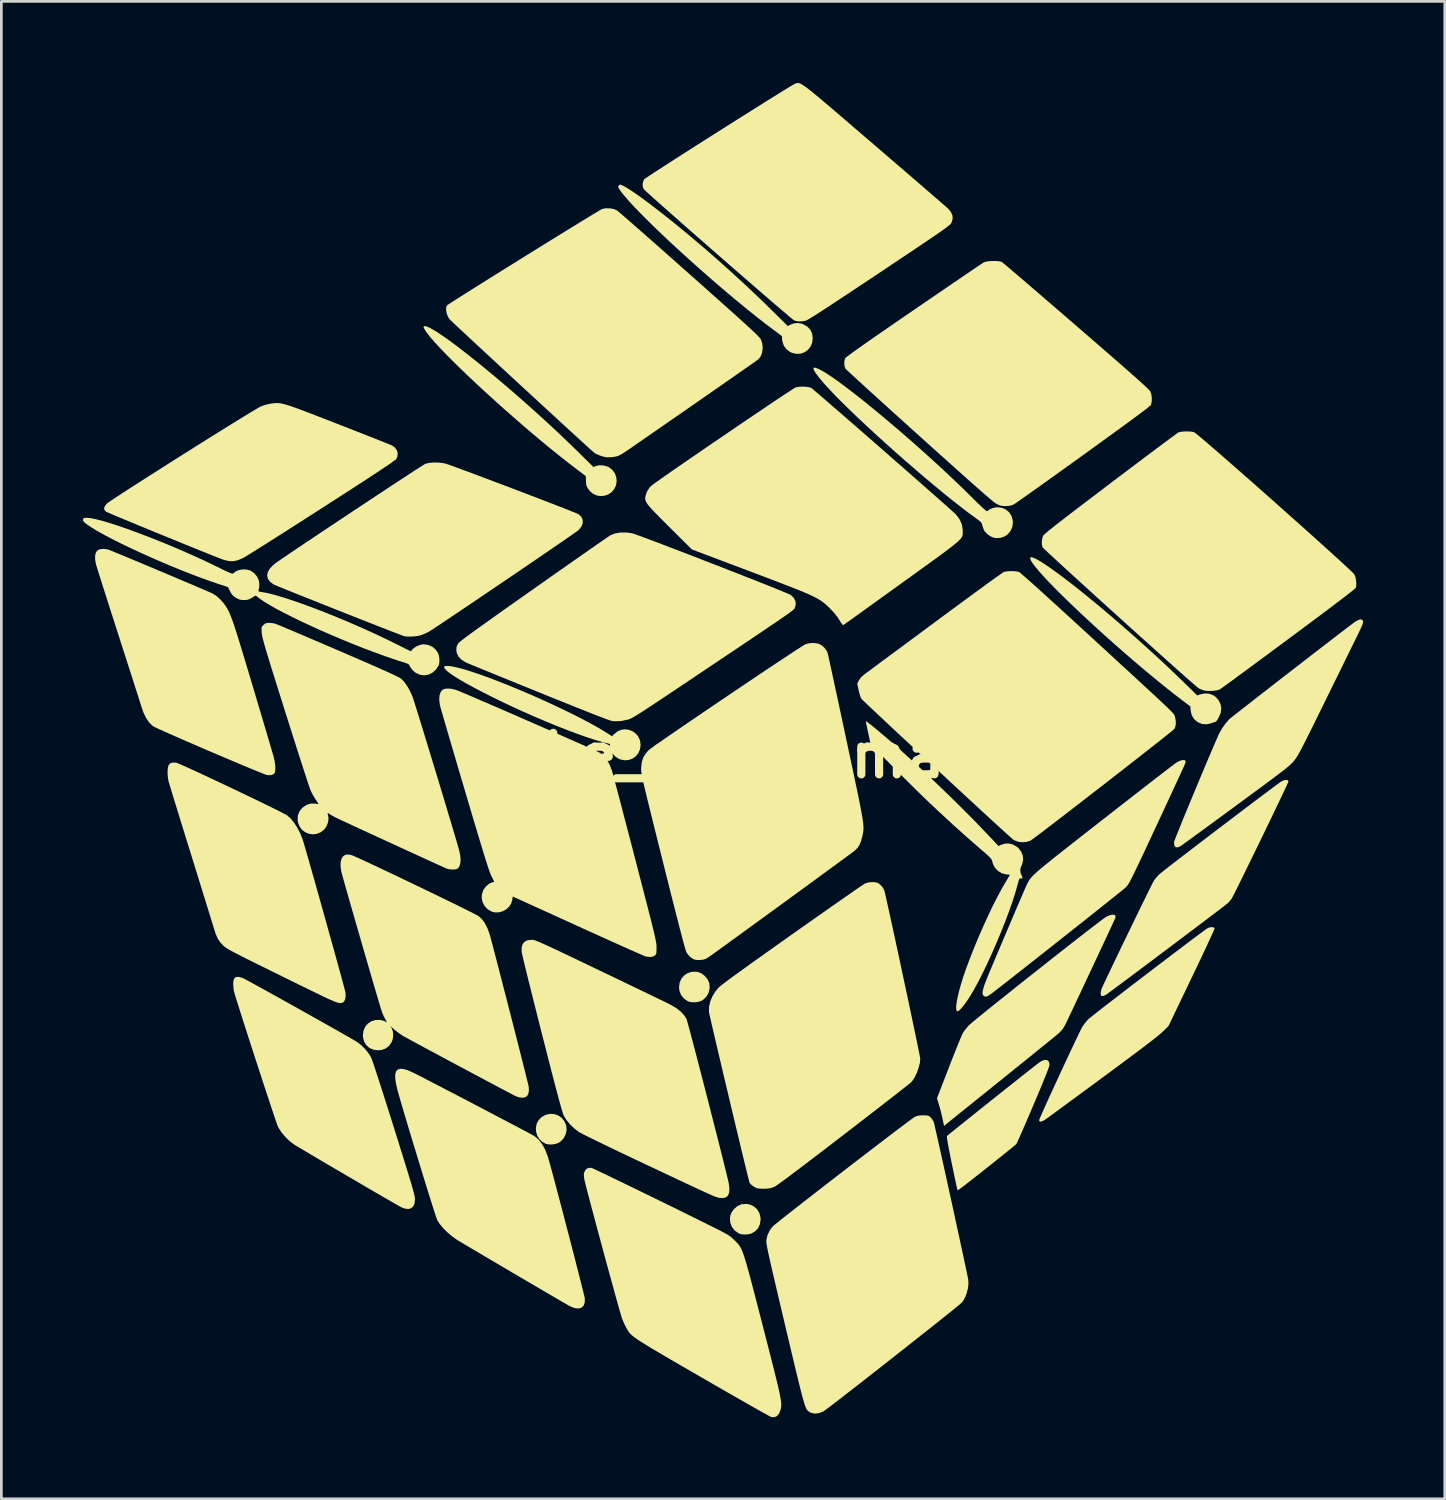
<source format=kicad_pcb>
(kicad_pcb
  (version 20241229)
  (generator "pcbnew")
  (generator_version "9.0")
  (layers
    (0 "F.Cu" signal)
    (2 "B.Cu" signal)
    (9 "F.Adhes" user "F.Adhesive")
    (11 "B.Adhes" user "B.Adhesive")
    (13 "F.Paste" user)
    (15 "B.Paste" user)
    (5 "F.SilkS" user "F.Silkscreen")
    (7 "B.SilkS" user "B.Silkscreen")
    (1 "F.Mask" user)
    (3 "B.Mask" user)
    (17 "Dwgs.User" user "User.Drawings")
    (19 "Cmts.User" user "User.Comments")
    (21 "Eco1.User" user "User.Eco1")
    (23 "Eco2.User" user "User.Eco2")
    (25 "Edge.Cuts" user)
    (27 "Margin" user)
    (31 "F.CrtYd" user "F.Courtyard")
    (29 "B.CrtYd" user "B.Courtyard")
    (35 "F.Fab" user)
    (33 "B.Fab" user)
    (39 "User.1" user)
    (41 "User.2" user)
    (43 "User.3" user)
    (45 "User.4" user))
  (footprint "Cube_supersmall"
    (layer "F.Cu")
    (at 23.63 24.715)
    (property "Reference" "Cube_supersmall" (at 0 0 0) (layer "F.SilkS") (effects (font (size 1.524 1.524) (thickness 0.3))))
    (attr board_only exclude_from_pos_files exclude_from_bom)
    (fp_poly (pts (xy -6.318 13.174) (xy -6.175 13.221) (xy -6.049 13.305) (xy -5.949 13.423) (xy -5.881 13.571) (xy -5.87 13.614) (xy -5.86 13.768) (xy -5.894 13.921) (xy -5.966 14.061) (xy -6.071 14.175) (xy -6.158 14.233) (xy -6.268 14.272) (xy -6.399 14.291) (xy -6.528 14.289) (xy -6.623 14.268) (xy -6.761 14.191) (xy -6.868 14.084) (xy -6.942 13.955) (xy -6.982 13.813) (xy -6.987 13.666) (xy -6.956 13.523) (xy -6.886 13.393) (xy -6.778 13.284) (xy -6.775 13.282) (xy -6.626 13.202) (xy -6.471 13.167)) (stroke (width 0) (type solid)) (fill yes) (layer "F.SilkS"))
    (fp_poly (pts (xy -1.036 7.954) (xy -0.906 8.005) (xy -0.785 8.095) (xy -0.687 8.21) (xy -0.623 8.339) (xy -0.613 8.377) (xy -0.601 8.545) (xy -0.636 8.705) (xy -0.713 8.847) (xy -0.829 8.964) (xy -0.916 9.018) (xy -1.018 9.051) (xy -1.143 9.066) (xy -1.27 9.062) (xy -1.378 9.039) (xy -1.41 9.026) (xy -1.552 8.925) (xy -1.654 8.795) (xy -1.713 8.642) (xy -1.727 8.515) (xy -1.705 8.346) (xy -1.641 8.2) (xy -1.542 8.082) (xy -1.415 7.996) (xy -1.266 7.948) (xy -1.101 7.943)) (stroke (width 0) (type solid)) (fill yes) (layer "F.SilkS"))
    (fp_poly (pts (xy 0.904 16.507) (xy 1.04 16.579) (xy 1.151 16.685) (xy 1.228 16.82) (xy 1.267 16.98) (xy 1.27 17.043) (xy 1.247 17.213) (xy 1.182 17.36) (xy 1.076 17.478) (xy 0.934 17.563) (xy 0.934 17.563) (xy 0.832 17.59) (xy 0.71 17.6) (xy 0.589 17.593) (xy 0.49 17.569) (xy 0.47 17.56) (xy 0.326 17.459) (xy 0.222 17.33) (xy 0.159 17.179) (xy 0.143 17.015) (xy 0.156 16.911) (xy 0.207 16.781) (xy 0.297 16.661) (xy 0.412 16.562) (xy 0.54 16.499) (xy 0.579 16.488) (xy 0.748 16.475)) (stroke (width 0) (type solid)) (fill yes) (layer "F.SilkS"))
    (fp_poly (pts (xy -3.871 -20.975) (xy -3.833 -20.962) (xy -3.74 -20.918) (xy -3.611 -20.842) (xy -3.448 -20.737) (xy -3.255 -20.604) (xy -3.034 -20.444) (xy -2.848 -20.307) (xy -2.378 -19.947) (xy -1.882 -19.552) (xy -1.369 -19.13) (xy -0.844 -18.685) (xy -0.316 -18.225) (xy 0.21 -17.754) (xy 0.727 -17.279) (xy 1.227 -16.806) (xy 1.613 -16.432) (xy 2.273 -15.781) (xy 2.355 -15.83) (xy 2.485 -15.881) (xy 2.633 -15.895) (xy 2.78 -15.872) (xy 2.834 -15.851) (xy 2.987 -15.762) (xy 3.096 -15.649) (xy 3.162 -15.509) (xy 3.185 -15.342) (xy 3.185 -15.329) (xy 3.163 -15.163) (xy 3.1 -15.02) (xy 3.004 -14.904) (xy 2.882 -14.819) (xy 2.742 -14.77) (xy 2.589 -14.761) (xy 2.431 -14.796) (xy 2.359 -14.828) (xy 2.224 -14.926) (xy 2.127 -15.055) (xy 2.072 -15.211) (xy 2.063 -15.278) (xy 2.051 -15.415) (xy 1.726 -15.657) (xy 1.424 -15.886) (xy 1.105 -16.135) (xy 0.772 -16.403) (xy 0.427 -16.686) (xy 0.074 -16.981) (xy -0.284 -17.286) (xy -0.643 -17.597) (xy -1 -17.911) (xy -1.352 -18.226) (xy -1.695 -18.538) (xy -2.028 -18.844) (xy -2.345 -19.143) (xy -2.644 -19.429) (xy -2.921 -19.702) (xy -3.174 -19.956) (xy -3.399 -20.191) (xy -3.592 -20.402) (xy -3.751 -20.588) (xy -3.839 -20.698) (xy -3.906 -20.789) (xy -3.944 -20.85) (xy -3.958 -20.893) (xy -3.952 -20.928) (xy -3.938 -20.955) (xy -3.913 -20.978)) (stroke (width 0) (type solid)) (fill yes) (layer "F.SilkS"))
    (fp_poly (pts (xy -10.176 -3.29) (xy -10.05 -3.273) (xy -10.023 -3.268) (xy -9.803 -3.217) (xy -9.544 -3.144) (xy -9.251 -3.05) (xy -8.928 -2.938) (xy -8.581 -2.81) (xy -8.214 -2.668) (xy -7.834 -2.514) (xy -7.444 -2.352) (xy -7.051 -2.182) (xy -6.658 -2.006) (xy -6.272 -1.828) (xy -5.896 -1.649) (xy -5.537 -1.472) (xy -5.199 -1.298) (xy -4.887 -1.13) (xy -4.606 -0.971) (xy -4.362 -0.821) (xy -4.361 -0.82) (xy -4.188 -0.709) (xy -4.115 -0.787) (xy -3.99 -0.888) (xy -3.852 -0.947) (xy -3.707 -0.965) (xy -3.565 -0.945) (xy -3.431 -0.892) (xy -3.315 -0.806) (xy -3.222 -0.693) (xy -3.161 -0.554) (xy -3.139 -0.394) (xy -3.162 -0.228) (xy -3.225 -0.086) (xy -3.321 0.03) (xy -3.443 0.115) (xy -3.583 0.164) (xy -3.736 0.174) (xy -3.894 0.139) (xy -3.966 0.107) (xy -4.078 0.028) (xy -4.171 -0.078) (xy -4.237 -0.196) (xy -4.267 -0.314) (xy -4.267 -0.332) (xy -4.267 -0.424) (xy -4.489 -0.482) (xy -4.765 -0.561) (xy -5.079 -0.662) (xy -5.427 -0.784) (xy -5.801 -0.924) (xy -6.198 -1.079) (xy -6.61 -1.248) (xy -7.033 -1.428) (xy -7.46 -1.616) (xy -7.887 -1.812) (xy -8.307 -2.011) (xy -8.539 -2.125) (xy -8.901 -2.307) (xy -9.226 -2.477) (xy -9.513 -2.633) (xy -9.761 -2.775) (xy -9.967 -2.902) (xy -10.132 -3.013) (xy -10.254 -3.108) (xy -10.331 -3.186) (xy -10.362 -3.246) (xy -10.363 -3.254) (xy -10.34 -3.281) (xy -10.275 -3.293)) (stroke (width 0) (type solid)) (fill yes) (layer "F.SilkS"))
    (fp_poly (pts (xy -11.016 -15.773) (xy -10.916 -15.733) (xy -10.785 -15.663) (xy -10.625 -15.566) (xy -10.439 -15.443) (xy -10.229 -15.295) (xy -9.997 -15.125) (xy -9.745 -14.935) (xy -9.476 -14.725) (xy -9.191 -14.499) (xy -8.892 -14.256) (xy -8.583 -14.001) (xy -8.264 -13.733) (xy -7.939 -13.455) (xy -7.609 -13.169) (xy -7.277 -12.875) (xy -6.944 -12.577) (xy -6.613 -12.276) (xy -6.286 -11.974) (xy -5.965 -11.671) (xy -5.653 -11.371) (xy -5.453 -11.175) (xy -4.872 -10.603) (xy -4.795 -10.636) (xy -4.66 -10.668) (xy -4.51 -10.663) (xy -4.363 -10.622) (xy -4.3 -10.592) (xy -4.173 -10.493) (xy -4.084 -10.369) (xy -4.033 -10.229) (xy -4.019 -10.082) (xy -4.043 -9.936) (xy -4.105 -9.799) (xy -4.203 -9.682) (xy -4.326 -9.597) (xy -4.463 -9.549) (xy -4.61 -9.535) (xy -4.745 -9.556) (xy -4.761 -9.561) (xy -4.89 -9.624) (xy -4.994 -9.711) (xy -5.066 -9.801) (xy -5.108 -9.868) (xy -5.132 -9.934) (xy -5.144 -10.017) (xy -5.147 -10.089) (xy -5.153 -10.269) (xy -5.491 -10.524) (xy -5.794 -10.756) (xy -6.112 -11.006) (xy -6.442 -11.273) (xy -6.782 -11.553) (xy -7.128 -11.844) (xy -7.478 -12.143) (xy -7.828 -12.448) (xy -8.176 -12.754) (xy -8.518 -13.061) (xy -8.852 -13.365) (xy -9.174 -13.663) (xy -9.482 -13.953) (xy -9.772 -14.232) (xy -10.042 -14.497) (xy -10.289 -14.745) (xy -10.509 -14.975) (xy -10.7 -15.182) (xy -10.858 -15.364) (xy -10.982 -15.52) (xy -11.031 -15.588) (xy -11.078 -15.664) (xy -11.109 -15.725) (xy -11.117 -15.758) (xy -11.084 -15.782)) (stroke (width 0) (type solid)) (fill yes) (layer "F.SilkS"))
    (fp_poly (pts (xy 11.303 -7.266) (xy 11.411 -7.216) (xy 11.544 -7.14) (xy 11.575 -7.121) (xy 11.807 -6.969) (xy 12.071 -6.783) (xy 12.364 -6.567) (xy 12.682 -6.324) (xy 13.021 -6.056) (xy 13.378 -5.767) (xy 13.75 -5.459) (xy 14.133 -5.136) (xy 14.523 -4.8) (xy 14.917 -4.455) (xy 15.312 -4.103) (xy 15.704 -3.748) (xy 16.089 -3.392) (xy 16.464 -3.038) (xy 16.825 -2.689) (xy 16.868 -2.648) (xy 17.315 -2.209) (xy 17.424 -2.248) (xy 17.595 -2.284) (xy 17.759 -2.272) (xy 17.911 -2.212) (xy 17.99 -2.157) (xy 18.1 -2.036) (xy 18.17 -1.894) (xy 18.198 -1.74) (xy 18.181 -1.584) (xy 18.139 -1.473) (xy 18.098 -1.394) (xy 18.062 -1.326) (xy 18.051 -1.304) (xy 18.008 -1.255) (xy 17.971 -1.236) (xy 17.915 -1.219) (xy 17.839 -1.192) (xy 17.818 -1.184) (xy 17.665 -1.149) (xy 17.51 -1.158) (xy 17.469 -1.168) (xy 17.317 -1.238) (xy 17.198 -1.344) (xy 17.115 -1.479) (xy 17.075 -1.638) (xy 17.073 -1.655) (xy 17.062 -1.806) (xy 16.805 -2) (xy 16.514 -2.223) (xy 16.212 -2.461) (xy 15.901 -2.712) (xy 15.584 -2.973) (xy 15.262 -3.242) (xy 14.937 -3.518) (xy 14.613 -3.799) (xy 14.29 -4.082) (xy 13.972 -4.366) (xy 13.66 -4.648) (xy 13.357 -4.926) (xy 13.064 -5.199) (xy 12.784 -5.463) (xy 12.52 -5.718) (xy 12.272 -5.961) (xy 12.044 -6.191) (xy 11.838 -6.404) (xy 11.656 -6.599) (xy 11.499 -6.775) (xy 11.371 -6.928) (xy 11.273 -7.057) (xy 11.207 -7.16) (xy 11.177 -7.235) (xy 11.183 -7.279) (xy 11.184 -7.281) (xy 11.226 -7.288)) (stroke (width 0) (type solid)) (fill yes) (layer "F.SilkS"))
    (fp_poly (pts (xy 11.806 11.195) (xy 11.861 11.244) (xy 11.886 11.33) (xy 11.887 11.355) (xy 11.88 11.395) (xy 11.857 11.468) (xy 11.818 11.576) (xy 11.762 11.72) (xy 11.688 11.903) (xy 11.597 12.127) (xy 11.486 12.392) (xy 11.355 12.701) (xy 11.301 12.83) (xy 11.194 13.081) (xy 11.091 13.32) (xy 10.995 13.543) (xy 10.908 13.743) (xy 10.831 13.919) (xy 10.767 14.064) (xy 10.717 14.175) (xy 10.683 14.247) (xy 10.668 14.275) (xy 10.642 14.299) (xy 10.581 14.351) (xy 10.489 14.427) (xy 10.37 14.523) (xy 10.23 14.636) (xy 10.073 14.762) (xy 9.904 14.897) (xy 9.727 15.038) (xy 9.547 15.18) (xy 9.368 15.322) (xy 9.195 15.457) (xy 9.033 15.585) (xy 8.886 15.699) (xy 8.759 15.797) (xy 8.657 15.876) (xy 8.583 15.93) (xy 8.544 15.958) (xy 8.51 15.964) (xy 8.502 15.958) (xy 8.494 15.929) (xy 8.478 15.857) (xy 8.454 15.745) (xy 8.423 15.601) (xy 8.386 15.428) (xy 8.346 15.234) (xy 8.302 15.022) (xy 8.292 14.976) (xy 8.237 14.701) (xy 8.191 14.469) (xy 8.156 14.279) (xy 8.131 14.135) (xy 8.118 14.037) (xy 8.116 13.987) (xy 8.117 13.981) (xy 8.14 13.962) (xy 8.199 13.913) (xy 8.29 13.839) (xy 8.411 13.741) (xy 8.557 13.624) (xy 8.725 13.489) (xy 8.912 13.339) (xy 9.114 13.178) (xy 9.327 13.007) (xy 9.548 12.831) (xy 9.773 12.651) (xy 9.999 12.472) (xy 10.222 12.294) (xy 10.439 12.122) (xy 10.645 11.958) (xy 10.839 11.804) (xy 11.015 11.665) (xy 11.171 11.542) (xy 11.302 11.439) (xy 11.406 11.358) (xy 11.478 11.302) (xy 11.511 11.277) (xy 11.626 11.21) (xy 11.726 11.183)) (stroke (width 0) (type solid)) (fill yes) (layer "F.SilkS"))
    (fp_poly (pts (xy 3.282 -14.252) (xy 3.373 -14.219) (xy 3.46 -14.178) (xy 3.616 -14.09) (xy 3.804 -13.97) (xy 4.023 -13.819) (xy 4.269 -13.641) (xy 4.539 -13.437) (xy 4.831 -13.21) (xy 5.141 -12.964) (xy 5.465 -12.699) (xy 5.802 -12.42) (xy 6.148 -12.128) (xy 6.5 -11.826) (xy 6.855 -11.516) (xy 7.21 -11.201) (xy 7.562 -10.884) (xy 7.907 -10.568) (xy 8.244 -10.254) (xy 8.568 -9.945) (xy 8.877 -9.644) (xy 8.96 -9.562) (xy 9.13 -9.393) (xy 9.268 -9.259) (xy 9.377 -9.154) (xy 9.461 -9.077) (xy 9.522 -9.025) (xy 9.565 -8.994) (xy 9.591 -8.981) (xy 9.606 -8.985) (xy 9.606 -8.985) (xy 9.683 -9.046) (xy 9.793 -9.093) (xy 9.918 -9.12) (xy 9.982 -9.124) (xy 10.148 -9.101) (xy 10.292 -9.035) (xy 10.409 -8.933) (xy 10.492 -8.8) (xy 10.536 -8.643) (xy 10.541 -8.56) (xy 10.518 -8.396) (xy 10.453 -8.253) (xy 10.355 -8.135) (xy 10.228 -8.048) (xy 10.081 -7.999) (xy 9.921 -7.992) (xy 9.846 -8.004) (xy 9.728 -8.051) (xy 9.612 -8.129) (xy 9.517 -8.223) (xy 9.503 -8.242) (xy 9.466 -8.314) (xy 9.432 -8.407) (xy 9.421 -8.446) (xy 9.403 -8.51) (xy 9.378 -8.56) (xy 9.336 -8.605) (xy 9.267 -8.66) (xy 9.212 -8.7) (xy 8.951 -8.889) (xy 8.665 -9.107) (xy 8.356 -9.349) (xy 8.029 -9.613) (xy 7.687 -9.894) (xy 7.335 -10.189) (xy 6.975 -10.496) (xy 6.612 -10.811) (xy 6.249 -11.13) (xy 5.891 -11.45) (xy 5.54 -11.768) (xy 5.201 -12.081) (xy 4.877 -12.384) (xy 4.572 -12.676) (xy 4.29 -12.952) (xy 4.034 -13.209) (xy 3.809 -13.445) (xy 3.617 -13.654) (xy 3.509 -13.78) (xy 3.379 -13.941) (xy 3.285 -14.069) (xy 3.229 -14.163) (xy 3.21 -14.224) (xy 3.227 -14.254)) (stroke (width 0) (type solid)) (fill yes) (layer "F.SilkS"))
    (fp_poly (pts (xy 17.913 6.313) (xy 17.95 6.344) (xy 17.952 6.352) (xy 17.943 6.381) (xy 17.913 6.452) (xy 17.864 6.562) (xy 17.798 6.706) (xy 17.717 6.882) (xy 17.622 7.086) (xy 17.515 7.314) (xy 17.397 7.563) (xy 17.271 7.828) (xy 17.137 8.108) (xy 17.108 8.168) (xy 16.257 9.944) (xy 16.033 10.16) (xy 15.972 10.216) (xy 15.877 10.294) (xy 15.749 10.396) (xy 15.587 10.522) (xy 15.389 10.674) (xy 15.155 10.851) (xy 14.884 11.054) (xy 14.574 11.285) (xy 14.225 11.544) (xy 13.835 11.831) (xy 13.791 11.864) (xy 13.506 12.074) (xy 13.232 12.276) (xy 12.971 12.467) (xy 12.727 12.647) (xy 12.502 12.812) (xy 12.299 12.961) (xy 12.122 13.091) (xy 11.972 13.201) (xy 11.853 13.288) (xy 11.768 13.349) (xy 11.719 13.384) (xy 11.709 13.391) (xy 11.629 13.433) (xy 11.563 13.453) (xy 11.523 13.445) (xy 11.507 13.406) (xy 11.506 13.395) (xy 11.517 13.364) (xy 11.547 13.292) (xy 11.594 13.182) (xy 11.658 13.04) (xy 11.734 12.869) (xy 11.822 12.675) (xy 11.919 12.462) (xy 12.024 12.234) (xy 12.134 11.996) (xy 12.246 11.752) (xy 12.36 11.506) (xy 12.473 11.264) (xy 12.583 11.029) (xy 12.687 10.806) (xy 12.785 10.599) (xy 12.873 10.414) (xy 12.95 10.253) (xy 13.013 10.123) (xy 13.061 10.026) (xy 13.091 9.969) (xy 13.098 9.958) (xy 13.168 9.861) (xy 13.253 9.756) (xy 13.307 9.695) (xy 13.34 9.665) (xy 13.41 9.608) (xy 13.515 9.525) (xy 13.65 9.419) (xy 13.812 9.292) (xy 13.998 9.148) (xy 14.205 8.988) (xy 14.43 8.815) (xy 14.668 8.631) (xy 14.917 8.44) (xy 15.174 8.244) (xy 15.435 8.044) (xy 15.696 7.845) (xy 15.955 7.647) (xy 16.209 7.455) (xy 16.453 7.269) (xy 16.685 7.094) (xy 16.901 6.93) (xy 17.098 6.782) (xy 17.273 6.651) (xy 17.422 6.54) (xy 17.542 6.452) (xy 17.63 6.388) (xy 17.682 6.352) (xy 17.689 6.348) (xy 17.768 6.315) (xy 17.847 6.304)) (stroke (width 0) (type solid)) (fill yes) (layer "F.SilkS"))
    (fp_poly (pts (xy 14.264 5.851) (xy 14.307 5.882) (xy 14.313 5.94) (xy 14.304 5.972) (xy 14.288 6.006) (xy 14.254 6.082) (xy 14.201 6.196) (xy 14.133 6.342) (xy 14.051 6.518) (xy 13.957 6.719) (xy 13.854 6.941) (xy 13.742 7.18) (xy 13.625 7.431) (xy 13.503 7.69) (xy 13.38 7.953) (xy 13.257 8.216) (xy 13.135 8.474) (xy 13.018 8.725) (xy 12.906 8.962) (xy 12.802 9.183) (xy 12.708 9.382) (xy 12.626 9.556) (xy 12.557 9.701) (xy 12.504 9.812) (xy 12.469 9.885) (xy 12.458 9.907) (xy 12.374 10.046) (xy 12.265 10.168) (xy 12.212 10.216) (xy 12.169 10.252) (xy 12.09 10.318) (xy 11.977 10.41) (xy 11.833 10.527) (xy 11.662 10.665) (xy 11.467 10.823) (xy 11.251 10.998) (xy 11.017 11.187) (xy 10.768 11.388) (xy 10.507 11.598) (xy 10.237 11.816) (xy 10.211 11.837) (xy 9.94 12.055) (xy 9.677 12.267) (xy 9.425 12.469) (xy 9.188 12.66) (xy 8.968 12.837) (xy 8.769 12.997) (xy 8.594 13.138) (xy 8.446 13.258) (xy 8.327 13.353) (xy 8.242 13.422) (xy 8.193 13.462) (xy 8.19 13.464) (xy 8.011 13.609) (xy 7.951 13.326) (xy 7.918 13.181) (xy 7.879 13.025) (xy 7.84 12.883) (xy 7.821 12.818) (xy 7.751 12.593) (xy 8.193 11.453) (xy 8.283 11.22) (xy 8.37 10.999) (xy 8.452 10.793) (xy 8.526 10.609) (xy 8.59 10.452) (xy 8.643 10.327) (xy 8.681 10.239) (xy 8.703 10.194) (xy 8.756 10.116) (xy 8.829 10.022) (xy 8.909 9.93) (xy 8.918 9.92) (xy 8.959 9.882) (xy 9.037 9.815) (xy 9.149 9.722) (xy 9.291 9.605) (xy 9.46 9.467) (xy 9.654 9.31) (xy 9.87 9.136) (xy 10.104 8.949) (xy 10.353 8.75) (xy 10.614 8.542) (xy 10.885 8.326) (xy 11.162 8.107) (xy 11.442 7.885) (xy 11.722 7.664) (xy 11.998 7.446) (xy 12.269 7.233) (xy 12.531 7.028) (xy 12.781 6.833) (xy 13.015 6.65) (xy 13.231 6.482) (xy 13.426 6.332) (xy 13.596 6.201) (xy 13.739 6.093) (xy 13.851 6.009) (xy 13.93 5.952) (xy 13.972 5.925) (xy 14.091 5.871) (xy 14.19 5.847)) (stroke (width 0) (type solid)) (fill yes) (layer "F.SilkS"))
    (fp_poly (pts (xy 20.644 0.908) (xy 20.67 0.943) (xy 20.66 0.971) (xy 20.63 1.04) (xy 20.581 1.147) (xy 20.515 1.288) (xy 20.434 1.459) (xy 20.341 1.656) (xy 20.236 1.875) (xy 20.122 2.113) (xy 20 2.366) (xy 19.873 2.629) (xy 19.743 2.899) (xy 19.611 3.171) (xy 19.479 3.443) (xy 19.349 3.71) (xy 19.222 3.969) (xy 19.102 4.214) (xy 18.99 4.443) (xy 18.886 4.652) (xy 18.795 4.837) (xy 18.717 4.993) (xy 18.654 5.118) (xy 18.608 5.206) (xy 18.581 5.255) (xy 18.579 5.258) (xy 18.522 5.334) (xy 18.452 5.411) (xy 18.437 5.425) (xy 18.405 5.451) (xy 18.336 5.505) (xy 18.233 5.584) (xy 18.099 5.686) (xy 17.937 5.809) (xy 17.751 5.95) (xy 17.544 6.107) (xy 17.32 6.276) (xy 17.08 6.457) (xy 16.83 6.645) (xy 16.572 6.84) (xy 16.309 7.038) (xy 16.044 7.237) (xy 15.782 7.434) (xy 15.525 7.627) (xy 15.276 7.813) (xy 15.039 7.991) (xy 14.816 8.157) (xy 14.613 8.309) (xy 14.43 8.445) (xy 14.273 8.562) (xy 14.144 8.658) (xy 14.046 8.73) (xy 13.982 8.776) (xy 13.959 8.791) (xy 13.872 8.832) (xy 13.807 8.836) (xy 13.784 8.822) (xy 13.768 8.777) (xy 13.771 8.7) (xy 13.79 8.609) (xy 13.802 8.569) (xy 13.821 8.525) (xy 13.86 8.439) (xy 13.917 8.316) (xy 13.991 8.161) (xy 14.078 7.977) (xy 14.177 7.769) (xy 14.286 7.541) (xy 14.403 7.297) (xy 14.526 7.042) (xy 14.653 6.779) (xy 14.781 6.514) (xy 14.909 6.249) (xy 15.035 5.99) (xy 15.156 5.74) (xy 15.271 5.505) (xy 15.378 5.287) (xy 15.474 5.091) (xy 15.557 4.922) (xy 15.626 4.784) (xy 15.678 4.681) (xy 15.712 4.617) (xy 15.722 4.599) (xy 15.783 4.516) (xy 15.862 4.424) (xy 15.918 4.366) (xy 15.956 4.333) (xy 16.031 4.273) (xy 16.139 4.188) (xy 16.278 4.08) (xy 16.444 3.951) (xy 16.634 3.804) (xy 16.845 3.643) (xy 17.073 3.468) (xy 17.315 3.282) (xy 17.568 3.089) (xy 17.828 2.891) (xy 18.093 2.689) (xy 18.358 2.488) (xy 18.621 2.288) (xy 18.878 2.093) (xy 19.127 1.905) (xy 19.363 1.726) (xy 19.584 1.56) (xy 19.786 1.408) (xy 19.966 1.274) (xy 20.12 1.159) (xy 20.246 1.066) (xy 20.34 0.997) (xy 20.399 0.956) (xy 20.415 0.946) (xy 20.505 0.907) (xy 20.585 0.895)) (stroke (width 0) (type solid)) (fill yes) (layer "F.SilkS"))
    (fp_poly (pts (xy -11.849 11.519) (xy -11.694 11.565) (xy -11.505 11.648) (xy -11.504 11.648) (xy -11.434 11.683) (xy -11.325 11.739) (xy -11.181 11.812) (xy -11.007 11.902) (xy -10.806 12.006) (xy -10.583 12.122) (xy -10.341 12.248) (xy -10.083 12.382) (xy -9.814 12.522) (xy -9.538 12.666) (xy -9.259 12.812) (xy -8.98 12.958) (xy -8.706 13.102) (xy -8.439 13.242) (xy -8.185 13.376) (xy -7.947 13.501) (xy -7.728 13.616) (xy -7.533 13.719) (xy -7.366 13.808) (xy -7.231 13.88) (xy -7.13 13.934) (xy -7.069 13.968) (xy -7.054 13.976) (xy -6.897 14.104) (xy -6.759 14.277) (xy -6.641 14.495) (xy -6.543 14.755) (xy -6.531 14.796) (xy -6.499 14.908) (xy -6.458 15.058) (xy -6.407 15.243) (xy -6.349 15.459) (xy -6.285 15.7) (xy -6.215 15.964) (xy -6.14 16.247) (xy -6.062 16.543) (xy -5.981 16.85) (xy -5.9 17.163) (xy -5.817 17.478) (xy -5.736 17.791) (xy -5.656 18.098) (xy -5.579 18.395) (xy -5.507 18.678) (xy -5.439 18.944) (xy -5.377 19.187) (xy -5.322 19.404) (xy -5.275 19.591) (xy -5.237 19.743) (xy -5.21 19.858) (xy -5.193 19.93) (xy -5.189 19.953) (xy -5.193 20.101) (xy -5.231 20.212) (xy -5.303 20.285) (xy -5.404 20.318) (xy -5.533 20.309) (xy -5.617 20.285) (xy -5.698 20.251) (xy -5.79 20.205) (xy -5.821 20.187) (xy -6.02 20.072) (xy -6.242 19.943) (xy -6.483 19.802) (xy -6.74 19.652) (xy -7.009 19.494) (xy -7.285 19.332) (xy -7.566 19.167) (xy -7.848 19.002) (xy -8.126 18.838) (xy -8.398 18.678) (xy -8.659 18.524) (xy -8.905 18.379) (xy -9.133 18.244) (xy -9.339 18.122) (xy -9.52 18.015) (xy -9.671 17.925) (xy -9.789 17.854) (xy -9.869 17.805) (xy -9.906 17.782) (xy -10.077 17.659) (xy -10.241 17.518) (xy -10.39 17.37) (xy -10.514 17.223) (xy -10.603 17.088) (xy -10.613 17.069) (xy -10.63 17.025) (xy -10.66 16.937) (xy -10.703 16.808) (xy -10.756 16.643) (xy -10.818 16.446) (xy -10.889 16.221) (xy -10.967 15.973) (xy -11.05 15.705) (xy -11.137 15.422) (xy -11.227 15.128) (xy -11.319 14.827) (xy -11.412 14.523) (xy -11.504 14.221) (xy -11.594 13.924) (xy -11.68 13.637) (xy -11.762 13.364) (xy -11.838 13.108) (xy -11.907 12.876) (xy -11.967 12.669) (xy -12.017 12.494) (xy -12.057 12.353) (xy -12.078 12.274) (xy -12.131 12.044) (xy -12.157 11.855) (xy -12.155 11.709) (xy -12.124 11.603) (xy -12.063 11.536) (xy -11.972 11.509)) (stroke (width 0) (type solid)) (fill yes) (layer "F.SilkS"))
    (fp_poly (pts (xy -17.779 8.168) (xy -17.761 8.174) (xy -17.723 8.193) (xy -17.643 8.235) (xy -17.528 8.297) (xy -17.38 8.378) (xy -17.203 8.475) (xy -17.002 8.586) (xy -16.779 8.709) (xy -16.539 8.842) (xy -16.287 8.983) (xy -16.025 9.129) (xy -15.757 9.279) (xy -15.488 9.429) (xy -15.221 9.579) (xy -14.961 9.725) (xy -14.711 9.866) (xy -14.474 9.999) (xy -14.256 10.123) (xy -14.059 10.235) (xy -13.888 10.333) (xy -13.746 10.414) (xy -13.638 10.477) (xy -13.567 10.52) (xy -13.546 10.533) (xy -13.406 10.643) (xy -13.267 10.781) (xy -13.144 10.931) (xy -13.051 11.078) (xy -13.04 11.101) (xy -13.021 11.148) (xy -12.988 11.24) (xy -12.943 11.373) (xy -12.886 11.545) (xy -12.818 11.751) (xy -12.741 11.987) (xy -12.656 12.251) (xy -12.564 12.539) (xy -12.466 12.847) (xy -12.363 13.171) (xy -12.256 13.509) (xy -12.195 13.704) (xy -12.068 14.109) (xy -11.956 14.468) (xy -11.857 14.785) (xy -11.772 15.061) (xy -11.698 15.301) (xy -11.635 15.507) (xy -11.582 15.682) (xy -11.539 15.828) (xy -11.505 15.95) (xy -11.478 16.049) (xy -11.458 16.128) (xy -11.444 16.191) (xy -11.436 16.24) (xy -11.431 16.278) (xy -11.43 16.304) (xy -11.446 16.454) (xy -11.494 16.565) (xy -11.572 16.635) (xy -11.676 16.663) (xy -11.805 16.647) (xy -11.925 16.602) (xy -11.965 16.581) (xy -12.045 16.536) (xy -12.161 16.47) (xy -12.309 16.385) (xy -12.484 16.284) (xy -12.683 16.168) (xy -12.903 16.041) (xy -13.138 15.904) (xy -13.385 15.76) (xy -13.64 15.611) (xy -13.899 15.459) (xy -14.159 15.307) (xy -14.414 15.158) (xy -14.661 15.012) (xy -14.897 14.874) (xy -15.116 14.744) (xy -15.316 14.626) (xy -15.492 14.522) (xy -15.64 14.434) (xy -15.757 14.364) (xy -15.837 14.315) (xy -15.868 14.296) (xy -16.029 14.175) (xy -16.184 14.026) (xy -16.323 13.864) (xy -16.432 13.701) (xy -16.466 13.636) (xy -16.484 13.59) (xy -16.516 13.5) (xy -16.561 13.37) (xy -16.617 13.203) (xy -16.684 13.005) (xy -16.759 12.779) (xy -16.841 12.53) (xy -16.93 12.26) (xy -17.024 11.976) (xy -17.12 11.68) (xy -17.219 11.376) (xy -17.319 11.07) (xy -17.418 10.765) (xy -17.515 10.464) (xy -17.609 10.173) (xy -17.698 9.896) (xy -17.781 9.636) (xy -17.857 9.397) (xy -17.924 9.184) (xy -17.982 9.001) (xy -18.028 8.852) (xy -18.061 8.741) (xy -18.08 8.673) (xy -18.083 8.661) (xy -18.098 8.57) (xy -18.107 8.459) (xy -18.11 8.388) (xy -18.099 8.262) (xy -18.063 8.179) (xy -17.999 8.137) (xy -17.905 8.133)) (stroke (width 0) (type solid)) (fill yes) (layer "F.SilkS"))
    (fp_poly (pts (xy -16.463 -12.953) (xy -16.395 -12.946) (xy -16.318 -12.933) (xy -16.229 -12.911) (xy -16.124 -12.881) (xy -15.999 -12.841) (xy -15.852 -12.79) (xy -15.679 -12.727) (xy -15.477 -12.652) (xy -15.241 -12.562) (xy -14.969 -12.456) (xy -14.657 -12.335) (xy -14.302 -12.197) (xy -14.233 -12.17) (xy -13.937 -12.054) (xy -13.653 -11.943) (xy -13.386 -11.838) (xy -13.138 -11.74) (xy -12.914 -11.652) (xy -12.718 -11.574) (xy -12.552 -11.508) (xy -12.422 -11.456) (xy -12.33 -11.419) (xy -12.281 -11.398) (xy -12.274 -11.395) (xy -12.165 -11.315) (xy -12.094 -11.213) (xy -12.065 -11.098) (xy -12.08 -10.98) (xy -12.122 -10.896) (xy -12.144 -10.874) (xy -12.19 -10.837) (xy -12.263 -10.784) (xy -12.364 -10.714) (xy -12.494 -10.626) (xy -12.655 -10.518) (xy -12.848 -10.39) (xy -13.075 -10.241) (xy -13.337 -10.07) (xy -13.637 -9.876) (xy -13.974 -9.658) (xy -14.351 -9.415) (xy -14.769 -9.146) (xy -14.859 -9.088) (xy -15.198 -8.87) (xy -15.528 -8.659) (xy -15.846 -8.456) (xy -16.149 -8.262) (xy -16.435 -8.08) (xy -16.7 -7.912) (xy -16.942 -7.759) (xy -17.158 -7.623) (xy -17.345 -7.505) (xy -17.5 -7.409) (xy -17.621 -7.334) (xy -17.705 -7.284) (xy -17.746 -7.261) (xy -17.927 -7.183) (xy -18.09 -7.145) (xy -18.251 -7.145) (xy -18.422 -7.182) (xy -18.504 -7.209) (xy -18.583 -7.239) (xy -18.701 -7.285) (xy -18.853 -7.345) (xy -19.035 -7.418) (xy -19.243 -7.501) (xy -19.473 -7.594) (xy -19.721 -7.695) (xy -19.982 -7.801) (xy -20.253 -7.912) (xy -20.53 -8.025) (xy -20.808 -8.138) (xy -21.084 -8.251) (xy -21.352 -8.362) (xy -21.61 -8.468) (xy -21.852 -8.568) (xy -22.076 -8.661) (xy -22.276 -8.744) (xy -22.449 -8.817) (xy -22.59 -8.877) (xy -22.696 -8.922) (xy -22.762 -8.952) (xy -22.784 -8.963) (xy -22.842 -9.025) (xy -22.854 -9.096) (xy -22.82 -9.177) (xy -22.754 -9.258) (xy -22.718 -9.286) (xy -22.642 -9.34) (xy -22.529 -9.416) (xy -22.382 -9.513) (xy -22.206 -9.628) (xy -22.002 -9.761) (xy -21.774 -9.908) (xy -21.525 -10.067) (xy -21.258 -10.238) (xy -20.977 -10.417) (xy -20.685 -10.602) (xy -20.385 -10.793) (xy -20.08 -10.986) (xy -19.773 -11.179) (xy -19.467 -11.372) (xy -19.167 -11.56) (xy -18.874 -11.744) (xy -18.592 -11.919) (xy -18.325 -12.086) (xy -18.075 -12.241) (xy -17.845 -12.382) (xy -17.64 -12.508) (xy -17.461 -12.617) (xy -17.313 -12.705) (xy -17.198 -12.773) (xy -17.12 -12.817) (xy -17.088 -12.832) (xy -16.972 -12.874) (xy -16.836 -12.911) (xy -16.713 -12.935) (xy -16.647 -12.944) (xy -16.585 -12.951) (xy -16.525 -12.954)) (stroke (width 0) (type solid)) (fill yes) (layer "F.SilkS"))
    (fp_poly (pts (xy 5.164 -1.251) (xy 5.22 -1.21) (xy 5.306 -1.144) (xy 5.416 -1.055) (xy 5.546 -0.948) (xy 5.69 -0.827) (xy 5.846 -0.695) (xy 6.007 -0.556) (xy 6.147 -0.434) (xy 6.512 -0.11) (xy 6.897 0.24) (xy 7.295 0.609) (xy 7.698 0.989) (xy 8.098 1.372) (xy 8.487 1.752) (xy 8.858 2.121) (xy 9.202 2.471) (xy 9.423 2.701) (xy 10.015 3.325) (xy 10.087 3.288) (xy 10.239 3.236) (xy 10.396 3.232) (xy 10.551 3.272) (xy 10.692 3.355) (xy 10.745 3.402) (xy 10.849 3.537) (xy 10.907 3.686) (xy 10.917 3.841) (xy 10.88 3.996) (xy 10.858 4.043) (xy 10.814 4.171) (xy 10.818 4.292) (xy 10.849 4.374) (xy 10.886 4.456) (xy 10.893 4.502) (xy 10.87 4.518) (xy 10.836 4.516) (xy 10.809 4.513) (xy 10.787 4.524) (xy 10.768 4.556) (xy 10.747 4.617) (xy 10.72 4.716) (xy 10.705 4.773) (xy 10.624 5.059) (xy 10.52 5.381) (xy 10.397 5.731) (xy 10.258 6.102) (xy 10.105 6.486) (xy 9.943 6.874) (xy 9.775 7.26) (xy 9.603 7.635) (xy 9.431 7.992) (xy 9.262 8.324) (xy 9.1 8.621) (xy 9.098 8.623) (xy 8.989 8.809) (xy 8.881 8.977) (xy 8.778 9.124) (xy 8.685 9.244) (xy 8.604 9.333) (xy 8.541 9.386) (xy 8.506 9.398) (xy 8.477 9.378) (xy 8.467 9.358) (xy 8.455 9.282) (xy 8.462 9.164) (xy 8.484 9.011) (xy 8.522 8.827) (xy 8.573 8.618) (xy 8.637 8.39) (xy 8.712 8.148) (xy 8.797 7.898) (xy 8.81 7.861) (xy 8.955 7.472) (xy 9.113 7.072) (xy 9.28 6.669) (xy 9.454 6.271) (xy 9.63 5.885) (xy 9.805 5.52) (xy 9.976 5.183) (xy 10.138 4.882) (xy 10.244 4.699) (xy 10.434 4.381) (xy 10.299 4.366) (xy 10.133 4.324) (xy 9.992 4.24) (xy 9.88 4.122) (xy 9.806 3.976) (xy 9.784 3.892) (xy 9.776 3.857) (xy 9.76 3.823) (xy 9.732 3.784) (xy 9.688 3.735) (xy 9.622 3.672) (xy 9.53 3.589) (xy 9.407 3.482) (xy 9.304 3.394) (xy 8.841 2.99) (xy 8.351 2.55) (xy 7.842 2.08) (xy 7.494 1.753) (xy 7.349 1.614) (xy 7.183 1.454) (xy 7.002 1.277) (xy 6.81 1.088) (xy 6.613 0.893) (xy 6.415 0.696) (xy 6.222 0.503) (xy 6.04 0.318) (xy 5.872 0.148) (xy 5.724 -0.003) (xy 5.602 -0.131) (xy 5.51 -0.229) (xy 5.495 -0.245) (xy 5.307 -0.452) (xy 5.219 -0.852) (xy 5.19 -0.988) (xy 5.166 -1.105) (xy 5.149 -1.195) (xy 5.141 -1.25) (xy 5.141 -1.263)) (stroke (width 0) (type solid)) (fill yes) (layer "F.SilkS"))
    (fp_poly (pts (xy 23.379 -4.988) (xy 23.409 -4.938) (xy 23.41 -4.902) (xy 23.397 -4.849) (xy 23.368 -4.771) (xy 23.321 -4.663) (xy 23.252 -4.519) (xy 23.224 -4.462) (xy 23.182 -4.376) (xy 23.119 -4.249) (xy 23.039 -4.085) (xy 22.942 -3.888) (xy 22.831 -3.662) (xy 22.708 -3.411) (xy 22.575 -3.14) (xy 22.434 -2.852) (xy 22.286 -2.553) (xy 22.136 -2.245) (xy 22.033 -2.036) (xy 21.859 -1.682) (xy 21.705 -1.37) (xy 21.571 -1.097) (xy 21.454 -0.862) (xy 21.353 -0.659) (xy 21.266 -0.487) (xy 21.191 -0.342) (xy 21.128 -0.221) (xy 21.074 -0.121) (xy 21.028 -0.039) (xy 20.988 0.028) (xy 20.953 0.083) (xy 20.92 0.13) (xy 20.889 0.17) (xy 20.879 0.184) (xy 20.849 0.219) (xy 20.818 0.255) (xy 20.783 0.291) (xy 20.74 0.332) (xy 20.688 0.379) (xy 20.623 0.433) (xy 20.544 0.497) (xy 20.447 0.573) (xy 20.329 0.663) (xy 20.189 0.768) (xy 20.024 0.892) (xy 19.831 1.036) (xy 19.607 1.202) (xy 19.349 1.391) (xy 19.056 1.607) (xy 18.745 1.836) (xy 18.463 2.043) (xy 18.192 2.242) (xy 17.934 2.431) (xy 17.692 2.608) (xy 17.47 2.771) (xy 17.27 2.917) (xy 17.095 3.045) (xy 16.949 3.152) (xy 16.833 3.236) (xy 16.751 3.294) (xy 16.707 3.326) (xy 16.701 3.33) (xy 16.609 3.371) (xy 16.535 3.37) (xy 16.484 3.327) (xy 16.483 3.324) (xy 16.467 3.261) (xy 16.466 3.178) (xy 16.468 3.165) (xy 16.479 3.129) (xy 16.509 3.05) (xy 16.554 2.933) (xy 16.615 2.782) (xy 16.688 2.602) (xy 16.771 2.396) (xy 16.864 2.169) (xy 16.965 1.926) (xy 17.071 1.67) (xy 17.18 1.405) (xy 17.292 1.137) (xy 17.403 0.87) (xy 17.514 0.607) (xy 17.62 0.353) (xy 17.722 0.112) (xy 17.817 -0.111) (xy 17.903 -0.312) (xy 17.978 -0.488) (xy 18.041 -0.632) (xy 18.09 -0.742) (xy 18.123 -0.813) (xy 18.127 -0.822) (xy 18.231 -1.003) (xy 18.35 -1.172) (xy 18.472 -1.314) (xy 18.495 -1.337) (xy 18.529 -1.366) (xy 18.6 -1.423) (xy 18.704 -1.506) (xy 18.84 -1.612) (xy 19.002 -1.74) (xy 19.19 -1.886) (xy 19.398 -2.049) (xy 19.624 -2.225) (xy 19.865 -2.412) (xy 20.118 -2.609) (xy 20.379 -2.811) (xy 20.645 -3.017) (xy 20.913 -3.225) (xy 21.18 -3.431) (xy 21.442 -3.634) (xy 21.697 -3.831) (xy 21.941 -4.019) (xy 22.171 -4.196) (xy 22.384 -4.36) (xy 22.577 -4.508) (xy 22.746 -4.637) (xy 22.888 -4.746) (xy 23.001 -4.831) (xy 23.08 -4.89) (xy 23.123 -4.921) (xy 23.231 -4.981) (xy 23.318 -5.004)) (stroke (width 0) (type solid)) (fill yes) (layer "F.SilkS"))
    (fp_poly (pts (xy -22.755 -7.581) (xy -22.697 -7.567) (xy -22.66 -7.553) (xy -22.582 -7.522) (xy -22.465 -7.474) (xy -22.314 -7.412) (xy -22.135 -7.338) (xy -21.93 -7.252) (xy -21.705 -7.159) (xy -21.464 -7.058) (xy -21.212 -6.952) (xy -20.952 -6.842) (xy -20.689 -6.732) (xy -20.428 -6.622) (xy -20.173 -6.514) (xy -19.928 -6.41) (xy -19.697 -6.312) (xy -19.486 -6.222) (xy -19.298 -6.142) (xy -19.138 -6.073) (xy -19.01 -6.018) (xy -18.918 -5.978) (xy -18.868 -5.955) (xy -18.865 -5.953) (xy -18.723 -5.862) (xy -18.581 -5.734) (xy -18.45 -5.583) (xy -18.446 -5.577) (xy -18.406 -5.523) (xy -18.369 -5.468) (xy -18.334 -5.41) (xy -18.298 -5.346) (xy -18.262 -5.273) (xy -18.225 -5.187) (xy -18.185 -5.087) (xy -18.141 -4.968) (xy -18.092 -4.827) (xy -18.037 -4.663) (xy -17.975 -4.471) (xy -17.906 -4.248) (xy -17.827 -3.992) (xy -17.738 -3.699) (xy -17.638 -3.367) (xy -17.525 -2.992) (xy -17.4 -2.572) (xy -17.398 -2.565) (xy -17.295 -2.222) (xy -17.196 -1.889) (xy -17.101 -1.57) (xy -17.011 -1.268) (xy -16.928 -0.988) (xy -16.852 -0.732) (xy -16.785 -0.505) (xy -16.728 -0.31) (xy -16.682 -0.151) (xy -16.647 -0.032) (xy -16.626 0.044) (xy -16.621 0.062) (xy -16.585 0.224) (xy -16.565 0.374) (xy -16.561 0.503) (xy -16.573 0.602) (xy -16.602 0.664) (xy -16.605 0.667) (xy -16.695 0.714) (xy -16.816 0.721) (xy -16.878 0.711) (xy -16.925 0.696) (xy -17.014 0.662) (xy -17.141 0.612) (xy -17.302 0.547) (xy -17.491 0.469) (xy -17.706 0.38) (xy -17.941 0.281) (xy -18.192 0.175) (xy -18.456 0.063) (xy -18.728 -0.052) (xy -19.004 -0.17) (xy -19.279 -0.288) (xy -19.549 -0.405) (xy -19.81 -0.518) (xy -20.058 -0.626) (xy -20.288 -0.727) (xy -20.496 -0.819) (xy -20.678 -0.901) (xy -20.83 -0.969) (xy -20.947 -1.024) (xy -21.026 -1.062) (xy -21.059 -1.081) (xy -21.194 -1.209) (xy -21.313 -1.382) (xy -21.415 -1.597) (xy -21.485 -1.803) (xy -21.496 -1.84) (xy -21.522 -1.921) (xy -21.561 -2.043) (xy -21.612 -2.205) (xy -21.675 -2.401) (xy -21.748 -2.628) (xy -21.83 -2.884) (xy -21.92 -3.165) (xy -22.017 -3.468) (xy -22.121 -3.789) (xy -22.229 -4.124) (xy -22.311 -4.381) (xy -22.423 -4.728) (xy -22.53 -5.063) (xy -22.633 -5.384) (xy -22.73 -5.687) (xy -22.819 -5.968) (xy -22.901 -6.224) (xy -22.973 -6.451) (xy -23.035 -6.647) (xy -23.085 -6.807) (xy -23.122 -6.928) (xy -23.146 -7.006) (xy -23.154 -7.034) (xy -23.184 -7.2) (xy -23.185 -7.344) (xy -23.157 -7.458) (xy -23.104 -7.535) (xy -23.016 -7.58) (xy -22.896 -7.595)) (stroke (width 0) (type solid)) (fill yes) (layer "F.SilkS"))
    (fp_poly (pts (xy 16.851 0.17) (xy 16.866 0.177) (xy 16.887 0.198) (xy 16.889 0.23) (xy 16.871 0.29) (xy 16.864 0.31) (xy 16.847 0.349) (xy 16.811 0.43) (xy 16.756 0.55) (xy 16.685 0.706) (xy 16.598 0.895) (xy 16.497 1.112) (xy 16.385 1.355) (xy 16.262 1.621) (xy 16.13 1.905) (xy 15.991 2.204) (xy 15.846 2.515) (xy 15.822 2.565) (xy 15.652 2.93) (xy 15.502 3.251) (xy 15.371 3.532) (xy 15.256 3.775) (xy 15.157 3.984) (xy 15.072 4.162) (xy 15 4.311) (xy 14.939 4.435) (xy 14.888 4.535) (xy 14.846 4.616) (xy 14.81 4.68) (xy 14.78 4.73) (xy 14.754 4.769) (xy 14.73 4.799) (xy 14.707 4.825) (xy 14.694 4.839) (xy 14.662 4.866) (xy 14.593 4.923) (xy 14.491 5.006) (xy 14.357 5.114) (xy 14.195 5.243) (xy 14.009 5.392) (xy 13.801 5.558) (xy 13.574 5.739) (xy 13.331 5.932) (xy 13.075 6.135) (xy 12.81 6.345) (xy 12.538 6.561) (xy 12.262 6.779) (xy 11.985 6.998) (xy 11.71 7.215) (xy 11.441 7.427) (xy 11.18 7.633) (xy 10.931 7.829) (xy 10.695 8.014) (xy 10.477 8.185) (xy 10.28 8.34) (xy 10.106 8.476) (xy 9.958 8.59) (xy 9.839 8.682) (xy 9.767 8.737) (xy 9.663 8.811) (xy 9.587 8.851) (xy 9.53 8.86) (xy 9.483 8.841) (xy 9.46 8.822) (xy 9.436 8.783) (xy 9.426 8.728) (xy 9.433 8.652) (xy 9.457 8.55) (xy 9.5 8.417) (xy 9.562 8.251) (xy 9.646 8.045) (xy 9.687 7.945) (xy 9.837 7.59) (xy 9.984 7.242) (xy 10.127 6.903) (xy 10.266 6.576) (xy 10.398 6.266) (xy 10.522 5.974) (xy 10.636 5.705) (xy 10.741 5.461) (xy 10.833 5.247) (xy 10.911 5.065) (xy 10.975 4.918) (xy 11.022 4.811) (xy 11.052 4.745) (xy 11.058 4.731) (xy 11.083 4.683) (xy 11.106 4.639) (xy 11.131 4.596) (xy 11.16 4.554) (xy 11.193 4.509) (xy 11.235 4.46) (xy 11.287 4.406) (xy 11.35 4.345) (xy 11.428 4.274) (xy 11.521 4.193) (xy 11.633 4.098) (xy 11.766 3.989) (xy 11.921 3.864) (xy 12.101 3.72) (xy 12.308 3.556) (xy 12.544 3.37) (xy 12.811 3.161) (xy 13.111 2.925) (xy 13.446 2.663) (xy 13.819 2.371) (xy 13.89 2.317) (xy 14.208 2.068) (xy 14.516 1.828) (xy 14.813 1.597) (xy 15.094 1.378) (xy 15.359 1.172) (xy 15.604 0.982) (xy 15.826 0.81) (xy 16.024 0.657) (xy 16.195 0.526) (xy 16.336 0.418) (xy 16.444 0.336) (xy 16.518 0.281) (xy 16.554 0.255) (xy 16.555 0.255) (xy 16.675 0.193) (xy 16.776 0.164)) (stroke (width 0) (type solid)) (fill yes) (layer "F.SilkS"))
    (fp_poly (pts (xy -20.211 0.261) (xy -20.171 0.273) (xy -20.09 0.307) (xy -19.971 0.358) (xy -19.82 0.426) (xy -19.639 0.508) (xy -19.433 0.603) (xy -19.206 0.708) (xy -18.963 0.822) (xy -18.707 0.942) (xy -18.443 1.067) (xy -18.174 1.194) (xy -17.906 1.322) (xy -17.641 1.449) (xy -17.384 1.572) (xy -17.14 1.69) (xy -16.912 1.801) (xy -16.705 1.903) (xy -16.522 1.993) (xy -16.368 2.071) (xy -16.248 2.133) (xy -16.164 2.178) (xy -16.124 2.202) (xy -15.996 2.317) (xy -15.87 2.472) (xy -15.751 2.658) (xy -15.645 2.865) (xy -15.559 3.083) (xy -15.558 3.086) (xy -15.538 3.15) (xy -15.506 3.257) (xy -15.463 3.403) (xy -15.411 3.584) (xy -15.35 3.797) (xy -15.282 4.037) (xy -15.207 4.3) (xy -15.126 4.584) (xy -15.042 4.884) (xy -14.954 5.196) (xy -14.864 5.516) (xy -14.773 5.84) (xy -14.682 6.166) (xy -14.593 6.488) (xy -14.505 6.803) (xy -14.42 7.107) (xy -14.34 7.396) (xy -14.265 7.667) (xy -14.197 7.916) (xy -14.136 8.138) (xy -14.084 8.33) (xy -14.041 8.489) (xy -14.009 8.609) (xy -13.989 8.688) (xy -13.982 8.72) (xy -13.978 8.847) (xy -13.997 8.956) (xy -14.036 9.036) (xy -14.072 9.068) (xy -14.108 9.085) (xy -14.147 9.094) (xy -14.193 9.095) (xy -14.25 9.085) (xy -14.323 9.063) (xy -14.416 9.028) (xy -14.534 8.977) (xy -14.682 8.91) (xy -14.862 8.824) (xy -15.081 8.718) (xy -15.241 8.639) (xy -15.68 8.425) (xy -16.075 8.231) (xy -16.429 8.057) (xy -16.745 7.901) (xy -17.024 7.763) (xy -17.27 7.642) (xy -17.485 7.535) (xy -17.67 7.442) (xy -17.829 7.362) (xy -17.964 7.293) (xy -18.077 7.234) (xy -18.17 7.184) (xy -18.247 7.141) (xy -18.308 7.105) (xy -18.357 7.075) (xy -18.397 7.048) (xy -18.429 7.024) (xy -18.455 7.002) (xy -18.467 6.992) (xy -18.585 6.866) (xy -18.678 6.727) (xy -18.752 6.561) (xy -18.796 6.426) (xy -18.811 6.376) (xy -18.84 6.281) (xy -18.882 6.144) (xy -18.936 5.969) (xy -19.001 5.76) (xy -19.075 5.519) (xy -19.158 5.251) (xy -19.249 4.958) (xy -19.346 4.645) (xy -19.448 4.315) (xy -19.555 3.971) (xy -19.648 3.67) (xy -19.757 3.318) (xy -19.863 2.978) (xy -19.964 2.652) (xy -20.059 2.345) (xy -20.147 2.059) (xy -20.227 1.798) (xy -20.299 1.566) (xy -20.36 1.365) (xy -20.41 1.2) (xy -20.449 1.074) (xy -20.474 0.99) (xy -20.484 0.954) (xy -20.508 0.825) (xy -20.521 0.686) (xy -20.521 0.552) (xy -20.509 0.436) (xy -20.485 0.355) (xy -20.485 0.355) (xy -20.432 0.291) (xy -20.352 0.26) (xy -20.237 0.258)) (stroke (width 0) (type solid)) (fill yes) (layer "F.SilkS"))
    (fp_poly (pts (xy -10.451 -10.755) (xy -10.325 -10.733) (xy -10.276 -10.718) (xy -10.184 -10.686) (xy -10.054 -10.64) (xy -9.89 -10.58) (xy -9.694 -10.508) (xy -9.473 -10.426) (xy -9.228 -10.335) (xy -8.965 -10.236) (xy -8.687 -10.131) (xy -8.397 -10.022) (xy -8.101 -9.91) (xy -7.802 -9.797) (xy -7.504 -9.683) (xy -7.211 -9.571) (xy -6.926 -9.462) (xy -6.654 -9.357) (xy -6.399 -9.259) (xy -6.164 -9.168) (xy -5.954 -9.086) (xy -5.772 -9.014) (xy -5.622 -8.954) (xy -5.509 -8.908) (xy -5.436 -8.877) (xy -5.409 -8.863) (xy -5.316 -8.771) (xy -5.268 -8.663) (xy -5.266 -8.545) (xy -5.31 -8.424) (xy -5.398 -8.307) (xy -5.418 -8.288) (xy -5.451 -8.262) (xy -5.523 -8.21) (xy -5.632 -8.134) (xy -5.773 -8.035) (xy -5.944 -7.917) (xy -6.141 -7.781) (xy -6.362 -7.629) (xy -6.603 -7.464) (xy -6.862 -7.287) (xy -7.135 -7.101) (xy -7.419 -6.908) (xy -7.711 -6.709) (xy -8.008 -6.507) (xy -8.307 -6.305) (xy -8.604 -6.103) (xy -8.897 -5.905) (xy -9.182 -5.712) (xy -9.457 -5.527) (xy -9.718 -5.351) (xy -9.962 -5.187) (xy -10.186 -5.036) (xy -10.387 -4.902) (xy -10.562 -4.785) (xy -10.708 -4.689) (xy -10.821 -4.615) (xy -10.898 -4.565) (xy -10.935 -4.544) (xy -11.045 -4.49) (xy -11.164 -4.441) (xy -11.264 -4.408) (xy -11.37 -4.389) (xy -11.499 -4.376) (xy -11.632 -4.372) (xy -11.75 -4.376) (xy -11.824 -4.387) (xy -11.865 -4.401) (xy -11.949 -4.432) (xy -12.071 -4.479) (xy -12.229 -4.539) (xy -12.418 -4.612) (xy -12.634 -4.696) (xy -12.872 -4.79) (xy -13.13 -4.891) (xy -13.404 -4.999) (xy -13.688 -5.111) (xy -13.98 -5.226) (xy -14.275 -5.343) (xy -14.569 -5.46) (xy -14.859 -5.575) (xy -15.14 -5.687) (xy -15.409 -5.794) (xy -15.662 -5.895) (xy -15.894 -5.988) (xy -16.102 -6.072) (xy -16.281 -6.145) (xy -16.429 -6.205) (xy -16.54 -6.252) (xy -16.611 -6.282) (xy -16.637 -6.294) (xy -16.761 -6.392) (xy -16.836 -6.499) (xy -16.863 -6.615) (xy -16.841 -6.737) (xy -16.771 -6.862) (xy -16.652 -6.99) (xy -16.551 -7.072) (xy -16.481 -7.122) (xy -16.376 -7.195) (xy -16.237 -7.29) (xy -16.068 -7.405) (xy -15.872 -7.537) (xy -15.653 -7.685) (xy -15.412 -7.846) (xy -15.154 -8.018) (xy -14.882 -8.2) (xy -14.598 -8.389) (xy -14.306 -8.584) (xy -14.009 -8.781) (xy -13.71 -8.98) (xy -13.412 -9.177) (xy -13.118 -9.372) (xy -12.832 -9.561) (xy -12.555 -9.743) (xy -12.293 -9.916) (xy -12.047 -10.078) (xy -11.82 -10.226) (xy -11.617 -10.359) (xy -11.439 -10.475) (xy -11.291 -10.57) (xy -11.174 -10.645) (xy -11.093 -10.695) (xy -11.051 -10.72) (xy -11.047 -10.722) (xy -10.93 -10.751) (xy -10.781 -10.767) (xy -10.615 -10.768)) (stroke (width 0) (type solid)) (fill yes) (layer "F.SilkS"))
    (fp_poly (pts (xy -7.149 6.771) (xy -7.122 6.772) (xy -7.095 6.775) (xy -7.064 6.78) (xy -7.026 6.791) (xy -6.978 6.807) (xy -6.918 6.83) (xy -6.842 6.861) (xy -6.749 6.902) (xy -6.635 6.953) (xy -6.497 7.017) (xy -6.333 7.093) (xy -6.14 7.184) (xy -5.915 7.291) (xy -5.655 7.415) (xy -5.358 7.557) (xy -5.021 7.719) (xy -4.647 7.898) (xy -4.317 8.056) (xy -3.995 8.211) (xy -3.686 8.359) (xy -3.393 8.5) (xy -3.119 8.632) (xy -2.868 8.753) (xy -2.643 8.861) (xy -2.448 8.956) (xy -2.286 9.034) (xy -2.161 9.095) (xy -2.076 9.137) (xy -2.045 9.152) (xy -1.836 9.275) (xy -1.662 9.411) (xy -1.528 9.556) (xy -1.454 9.677) (xy -1.441 9.715) (xy -1.417 9.798) (xy -1.383 9.922) (xy -1.339 10.085) (xy -1.286 10.282) (xy -1.226 10.51) (xy -1.159 10.764) (xy -1.086 11.042) (xy -1.009 11.339) (xy -0.928 11.651) (xy -0.844 11.976) (xy -0.758 12.309) (xy -0.671 12.646) (xy -0.585 12.984) (xy -0.499 13.319) (xy -0.415 13.648) (xy -0.334 13.966) (xy -0.257 14.269) (xy -0.185 14.555) (xy -0.119 14.819) (xy -0.059 15.058) (xy -0.007 15.268) (xy 0.036 15.445) (xy 0.07 15.585) (xy 0.093 15.685) (xy 0.104 15.738) (xy 0.124 15.921) (xy 0.113 16.065) (xy 0.07 16.169) (xy -0.005 16.234) (xy -0.112 16.261) (xy -0.243 16.253) (xy -0.269 16.248) (xy -0.297 16.241) (xy -0.328 16.233) (xy -0.367 16.22) (xy -0.414 16.202) (xy -0.473 16.178) (xy -0.547 16.146) (xy -0.639 16.106) (xy -0.75 16.056) (xy -0.884 15.994) (xy -1.044 15.92) (xy -1.232 15.833) (xy -1.45 15.731) (xy -1.702 15.613) (xy -1.99 15.477) (xy -2.317 15.323) (xy -2.685 15.15) (xy -2.946 15.027) (xy -3.285 14.867) (xy -3.609 14.713) (xy -3.918 14.566) (xy -4.206 14.428) (xy -4.471 14.3) (xy -4.711 14.183) (xy -4.921 14.081) (xy -5.099 13.993) (xy -5.241 13.921) (xy -5.344 13.868) (xy -5.406 13.834) (xy -5.415 13.827) (xy -5.58 13.7) (xy -5.733 13.552) (xy -5.863 13.396) (xy -5.958 13.243) (xy -5.965 13.229) (xy -5.983 13.184) (xy -6.008 13.107) (xy -6.042 12.995) (xy -6.083 12.848) (xy -6.134 12.663) (xy -6.194 12.44) (xy -6.264 12.176) (xy -6.344 11.871) (xy -6.434 11.522) (xy -6.536 11.128) (xy -6.648 10.688) (xy -6.77 10.211) (xy -6.865 9.837) (xy -6.956 9.475) (xy -7.044 9.128) (xy -7.126 8.8) (xy -7.203 8.493) (xy -7.273 8.211) (xy -7.335 7.957) (xy -7.39 7.735) (xy -7.435 7.547) (xy -7.47 7.397) (xy -7.495 7.289) (xy -7.509 7.224) (xy -7.511 7.211) (xy -7.51 7.051) (xy -7.474 6.927) (xy -7.401 6.839) (xy -7.293 6.787) (xy -7.149 6.771)) (stroke (width 0) (type solid)) (fill yes) (layer "F.SilkS"))
    (fp_poly (pts (xy 9.915 -18.175) (xy 10.031 -18.164) (xy 10.118 -18.145) (xy 10.138 -18.135) (xy 10.165 -18.114) (xy 10.228 -18.062) (xy 10.325 -17.981) (xy 10.454 -17.871) (xy 10.612 -17.737) (xy 10.797 -17.579) (xy 11.007 -17.399) (xy 11.239 -17.199) (xy 11.492 -16.982) (xy 11.763 -16.748) (xy 12.05 -16.501) (xy 12.351 -16.242) (xy 12.662 -15.972) (xy 12.874 -15.789) (xy 13.262 -15.454) (xy 13.612 -15.15) (xy 13.927 -14.877) (xy 14.209 -14.632) (xy 14.459 -14.414) (xy 14.679 -14.222) (xy 14.87 -14.053) (xy 15.035 -13.908) (xy 15.175 -13.783) (xy 15.292 -13.678) (xy 15.386 -13.59) (xy 15.461 -13.52) (xy 15.518 -13.464) (xy 15.558 -13.422) (xy 15.584 -13.392) (xy 15.595 -13.374) (xy 15.629 -13.27) (xy 15.645 -13.146) (xy 15.643 -13.02) (xy 15.623 -12.914) (xy 15.609 -12.88) (xy 15.582 -12.852) (xy 15.513 -12.796) (xy 15.403 -12.71) (xy 15.252 -12.595) (xy 15.059 -12.452) (xy 14.825 -12.279) (xy 14.55 -12.077) (xy 14.233 -11.847) (xy 13.875 -11.587) (xy 13.475 -11.298) (xy 13.127 -11.046) (xy 12.81 -10.818) (xy 12.504 -10.598) (xy 12.211 -10.388) (xy 11.933 -10.189) (xy 11.673 -10.003) (xy 11.433 -9.833) (xy 11.218 -9.679) (xy 11.028 -9.545) (xy 10.867 -9.432) (xy 10.738 -9.341) (xy 10.643 -9.275) (xy 10.585 -9.236) (xy 10.568 -9.227) (xy 10.482 -9.192) (xy 10.387 -9.174) (xy 10.272 -9.169) (xy 10.163 -9.173) (xy 10.08 -9.187) (xy 9.999 -9.219) (xy 9.934 -9.252) (xy 9.9 -9.274) (xy 9.845 -9.315) (xy 9.769 -9.377) (xy 9.67 -9.46) (xy 9.547 -9.565) (xy 9.398 -9.695) (xy 9.222 -9.849) (xy 9.018 -10.029) (xy 8.785 -10.237) (xy 8.52 -10.473) (xy 8.224 -10.738) (xy 7.894 -11.034) (xy 7.529 -11.362) (xy 7.128 -11.723) (xy 7.106 -11.743) (xy 6.79 -12.027) (xy 6.485 -12.303) (xy 6.191 -12.568) (xy 5.912 -12.821) (xy 5.65 -13.059) (xy 5.406 -13.28) (xy 5.183 -13.483) (xy 4.983 -13.666) (xy 4.808 -13.826) (xy 4.66 -13.962) (xy 4.543 -14.071) (xy 4.456 -14.152) (xy 4.404 -14.202) (xy 4.388 -14.219) (xy 4.356 -14.304) (xy 4.344 -14.412) (xy 4.354 -14.522) (xy 4.38 -14.602) (xy 4.403 -14.626) (xy 4.46 -14.672) (xy 4.55 -14.74) (xy 4.676 -14.832) (xy 4.838 -14.947) (xy 5.036 -15.087) (xy 5.272 -15.252) (xy 5.546 -15.443) (xy 5.86 -15.659) (xy 6.213 -15.903) (xy 6.607 -16.174) (xy 6.898 -16.373) (xy 7.219 -16.592) (xy 7.529 -16.804) (xy 7.826 -17.007) (xy 8.107 -17.199) (xy 8.369 -17.378) (xy 8.61 -17.542) (xy 8.827 -17.69) (xy 9.017 -17.819) (xy 9.178 -17.927) (xy 9.307 -18.014) (xy 9.401 -18.077) (xy 9.457 -18.113) (xy 9.471 -18.122) (xy 9.548 -18.149) (xy 9.659 -18.166) (xy 9.786 -18.175)) (stroke (width 0) (type solid)) (fill yes) (layer "F.SilkS"))
    (fp_poly (pts (xy 5.467 4.654) (xy 5.568 4.677) (xy 5.586 4.685) (xy 5.678 4.754) (xy 5.761 4.851) (xy 5.812 4.943) (xy 5.823 4.981) (xy 5.843 5.064) (xy 5.872 5.189) (xy 5.908 5.353) (xy 5.952 5.551) (xy 6.003 5.781) (xy 6.059 6.037) (xy 6.12 6.317) (xy 6.185 6.617) (xy 6.253 6.932) (xy 6.324 7.26) (xy 6.396 7.597) (xy 6.469 7.938) (xy 6.542 8.281) (xy 6.615 8.621) (xy 6.686 8.955) (xy 6.754 9.278) (xy 6.82 9.588) (xy 6.881 9.881) (xy 6.938 10.152) (xy 6.989 10.398) (xy 7.034 10.616) (xy 7.072 10.801) (xy 7.102 10.951) (xy 7.123 11.06) (xy 7.135 11.126) (xy 7.137 11.144) (xy 7.122 11.295) (xy 7.08 11.465) (xy 7.019 11.638) (xy 6.943 11.8) (xy 6.858 11.937) (xy 6.787 12.019) (xy 6.755 12.046) (xy 6.685 12.102) (xy 6.581 12.185) (xy 6.443 12.292) (xy 6.276 12.423) (xy 6.082 12.574) (xy 5.863 12.744) (xy 5.622 12.931) (xy 5.362 13.132) (xy 5.085 13.346) (xy 4.793 13.571) (xy 4.491 13.804) (xy 4.311 13.943) (xy 3.919 14.244) (xy 3.557 14.522) (xy 3.225 14.775) (xy 2.925 15.004) (xy 2.657 15.207) (xy 2.422 15.383) (xy 2.222 15.533) (xy 2.058 15.654) (xy 1.93 15.746) (xy 1.84 15.809) (xy 1.788 15.841) (xy 1.783 15.844) (xy 1.685 15.882) (xy 1.586 15.905) (xy 1.462 15.916) (xy 1.422 15.918) (xy 1.312 15.918) (xy 1.213 15.911) (xy 1.142 15.9) (xy 1.13 15.897) (xy 1.044 15.854) (xy 0.958 15.796) (xy 0.89 15.734) (xy 0.865 15.699) (xy 0.856 15.669) (xy 0.836 15.592) (xy 0.806 15.473) (xy 0.767 15.316) (xy 0.72 15.123) (xy 0.665 14.9) (xy 0.605 14.649) (xy 0.538 14.374) (xy 0.468 14.078) (xy 0.393 13.766) (xy 0.315 13.44) (xy 0.235 13.106) (xy 0.154 12.765) (xy 0.073 12.422) (xy -0.008 12.081) (xy -0.088 11.745) (xy -0.165 11.417) (xy -0.24 11.102) (xy -0.31 10.803) (xy -0.376 10.524) (xy -0.435 10.267) (xy -0.489 10.038) (xy -0.535 9.84) (xy -0.572 9.675) (xy -0.601 9.548) (xy -0.619 9.463) (xy -0.627 9.423) (xy -0.625 9.24) (xy -0.582 9.045) (xy -0.502 8.849) (xy -0.388 8.664) (xy -0.282 8.535) (xy -0.244 8.5) (xy -0.179 8.446) (xy -0.085 8.374) (xy 0.038 8.28) (xy 0.193 8.166) (xy 0.38 8.029) (xy 0.601 7.87) (xy 0.856 7.686) (xy 1.148 7.478) (xy 1.477 7.243) (xy 1.845 6.982) (xy 2.252 6.693) (xy 2.433 6.565) (xy 2.758 6.336) (xy 3.073 6.114) (xy 3.376 5.901) (xy 3.662 5.7) (xy 3.931 5.511) (xy 4.179 5.338) (xy 4.404 5.182) (xy 4.602 5.044) (xy 4.772 4.926) (xy 4.911 4.831) (xy 5.016 4.76) (xy 5.085 4.715) (xy 5.113 4.698) (xy 5.22 4.665) (xy 5.345 4.65)) (stroke (width 0) (type solid)) (fill yes) (layer "F.SilkS"))
    (fp_poly (pts (xy -3.447 -8.167) (xy -3.399 -8.152) (xy -3.308 -8.121) (xy -3.177 -8.074) (xy -3.011 -8.013) (xy -2.813 -7.938) (xy -2.586 -7.853) (xy -2.334 -7.757) (xy -2.062 -7.653) (xy -1.771 -7.542) (xy -1.466 -7.425) (xy -1.151 -7.303) (xy -0.829 -7.178) (xy -0.504 -7.052) (xy -0.179 -6.926) (xy 0.141 -6.8) (xy 0.455 -6.678) (xy 0.757 -6.559) (xy 1.045 -6.446) (xy 1.314 -6.339) (xy 1.561 -6.241) (xy 1.783 -6.152) (xy 1.975 -6.074) (xy 2.135 -6.008) (xy 2.259 -5.957) (xy 2.342 -5.92) (xy 2.382 -5.9) (xy 2.383 -5.899) (xy 2.49 -5.794) (xy 2.55 -5.676) (xy 2.562 -5.55) (xy 2.524 -5.42) (xy 2.519 -5.409) (xy 2.511 -5.397) (xy 2.5 -5.384) (xy 2.483 -5.367) (xy 2.46 -5.346) (xy 2.427 -5.32) (xy 2.384 -5.287) (xy 2.329 -5.246) (xy 2.26 -5.196) (xy 2.175 -5.136) (xy 2.072 -5.065) (xy 1.951 -4.982) (xy 1.808 -4.884) (xy 1.643 -4.772) (xy 1.454 -4.644) (xy 1.238 -4.498) (xy 0.995 -4.335) (xy 0.722 -4.151) (xy 0.418 -3.947) (xy 0.08 -3.721) (xy -0.292 -3.471) (xy -0.7 -3.198) (xy -1.146 -2.898) (xy -1.633 -2.573) (xy -1.805 -2.457) (xy -2.11 -2.253) (xy -2.376 -2.076) (xy -2.606 -1.923) (xy -2.803 -1.793) (xy -2.97 -1.683) (xy -3.11 -1.592) (xy -3.227 -1.519) (xy -3.322 -1.46) (xy -3.4 -1.415) (xy -3.463 -1.38) (xy -3.515 -1.355) (xy -3.558 -1.337) (xy -3.595 -1.325) (xy -3.595 -1.325) (xy -3.848 -1.27) (xy -4.082 -1.26) (xy -4.193 -1.271) (xy -4.243 -1.285) (xy -4.338 -1.318) (xy -4.479 -1.37) (xy -4.663 -1.44) (xy -4.892 -1.529) (xy -5.163 -1.636) (xy -5.476 -1.76) (xy -5.83 -1.902) (xy -6.224 -2.06) (xy -6.657 -2.235) (xy -6.911 -2.338) (xy -7.257 -2.479) (xy -7.59 -2.614) (xy -7.908 -2.744) (xy -8.208 -2.866) (xy -8.486 -2.979) (xy -8.739 -3.083) (xy -8.964 -3.175) (xy -9.158 -3.254) (xy -9.318 -3.32) (xy -9.441 -3.371) (xy -9.523 -3.405) (xy -9.562 -3.422) (xy -9.563 -3.423) (xy -9.722 -3.524) (xy -9.832 -3.638) (xy -9.895 -3.768) (xy -9.912 -3.89) (xy -9.903 -3.992) (xy -9.868 -4.078) (xy -9.838 -4.124) (xy -9.818 -4.146) (xy -9.779 -4.181) (xy -9.72 -4.229) (xy -9.639 -4.292) (xy -9.534 -4.37) (xy -9.405 -4.466) (xy -9.248 -4.58) (xy -9.062 -4.714) (xy -8.846 -4.869) (xy -8.598 -5.046) (xy -8.316 -5.246) (xy -7.998 -5.471) (xy -7.642 -5.722) (xy -7.247 -6) (xy -7.047 -6.141) (xy -6.713 -6.376) (xy -6.39 -6.604) (xy -6.079 -6.822) (xy -5.784 -7.029) (xy -5.507 -7.223) (xy -5.251 -7.402) (xy -5.017 -7.565) (xy -4.81 -7.71) (xy -4.63 -7.834) (xy -4.482 -7.937) (xy -4.366 -8.017) (xy -4.287 -8.071) (xy -4.246 -8.098) (xy -4.242 -8.1) (xy -4.073 -8.164) (xy -3.874 -8.197) (xy -3.657 -8.197)) (stroke (width 0) (type solid)) (fill yes) (layer "F.SilkS"))
    (fp_poly (pts (xy 17.068 -11.906) (xy 17.172 -11.89) (xy 17.197 -11.884) (xy 17.229 -11.863) (xy 17.296 -11.811) (xy 17.396 -11.729) (xy 17.526 -11.619) (xy 17.684 -11.485) (xy 17.866 -11.328) (xy 18.071 -11.151) (xy 18.296 -10.955) (xy 18.538 -10.744) (xy 18.795 -10.519) (xy 19.064 -10.283) (xy 19.343 -10.037) (xy 19.629 -9.785) (xy 19.919 -9.528) (xy 20.211 -9.269) (xy 20.503 -9.009) (xy 20.791 -8.752) (xy 21.074 -8.5) (xy 21.349 -8.254) (xy 21.613 -8.017) (xy 21.864 -7.792) (xy 22.098 -7.58) (xy 22.315 -7.384) (xy 22.51 -7.206) (xy 22.682 -7.048) (xy 22.828 -6.913) (xy 22.945 -6.803) (xy 23.031 -6.719) (xy 23.083 -6.666) (xy 23.098 -6.646) (xy 23.13 -6.555) (xy 23.151 -6.44) (xy 23.16 -6.322) (xy 23.156 -6.22) (xy 23.144 -6.169) (xy 23.123 -6.146) (xy 23.069 -6.099) (xy 22.981 -6.027) (xy 22.859 -5.931) (xy 22.702 -5.81) (xy 22.508 -5.662) (xy 22.278 -5.488) (xy 22.01 -5.286) (xy 21.704 -5.057) (xy 21.359 -4.8) (xy 20.974 -4.513) (xy 20.666 -4.285) (xy 20.352 -4.052) (xy 20.048 -3.827) (xy 19.758 -3.612) (xy 19.482 -3.409) (xy 19.225 -3.219) (xy 18.989 -3.046) (xy 18.776 -2.889) (xy 18.59 -2.752) (xy 18.432 -2.637) (xy 18.305 -2.545) (xy 18.211 -2.478) (xy 18.155 -2.438) (xy 18.138 -2.427) (xy 18.06 -2.401) (xy 17.948 -2.383) (xy 17.821 -2.374) (xy 17.694 -2.375) (xy 17.586 -2.387) (xy 17.578 -2.388) (xy 17.485 -2.418) (xy 17.387 -2.464) (xy 17.356 -2.482) (xy 17.319 -2.512) (xy 17.247 -2.572) (xy 17.144 -2.661) (xy 17.011 -2.777) (xy 16.852 -2.918) (xy 16.668 -3.08) (xy 16.463 -3.263) (xy 16.24 -3.463) (xy 15.999 -3.678) (xy 15.745 -3.906) (xy 15.479 -4.145) (xy 15.204 -4.392) (xy 14.923 -4.645) (xy 14.638 -4.902) (xy 14.352 -5.161) (xy 14.067 -5.418) (xy 13.786 -5.673) (xy 13.512 -5.922) (xy 13.246 -6.164) (xy 12.992 -6.395) (xy 12.751 -6.614) (xy 12.527 -6.819) (xy 12.322 -7.007) (xy 12.139 -7.176) (xy 11.98 -7.323) (xy 11.847 -7.446) (xy 11.744 -7.544) (xy 11.672 -7.613) (xy 11.635 -7.652) (xy 11.63 -7.658) (xy 11.605 -7.76) (xy 11.604 -7.883) (xy 11.626 -8.005) (xy 11.651 -8.073) (xy 11.665 -8.093) (xy 11.693 -8.122) (xy 11.737 -8.162) (xy 11.798 -8.216) (xy 11.88 -8.283) (xy 11.983 -8.366) (xy 12.11 -8.466) (xy 12.262 -8.585) (xy 12.442 -8.724) (xy 12.652 -8.885) (xy 12.892 -9.069) (xy 13.167 -9.278) (xy 13.476 -9.513) (xy 13.823 -9.777) (xy 14.122 -10.004) (xy 14.434 -10.239) (xy 14.735 -10.467) (xy 15.023 -10.684) (xy 15.296 -10.89) (xy 15.551 -11.081) (xy 15.785 -11.256) (xy 15.996 -11.414) (xy 16.182 -11.552) (xy 16.339 -11.668) (xy 16.465 -11.76) (xy 16.557 -11.827) (xy 16.613 -11.867) (xy 16.63 -11.877) (xy 16.708 -11.897) (xy 16.818 -11.909) (xy 16.944 -11.912)) (stroke (width 0) (type solid)) (fill yes) (layer "F.SilkS"))
    (fp_poly (pts (xy -4.944 15.152) (xy -4.942 15.153) (xy -4.91 15.166) (xy -4.836 15.199) (xy -4.723 15.252) (xy -4.576 15.322) (xy -4.398 15.407) (xy -4.192 15.506) (xy -3.962 15.617) (xy -3.712 15.738) (xy -3.445 15.868) (xy -3.166 16.004) (xy -2.877 16.145) (xy -2.582 16.289) (xy -2.285 16.434) (xy -1.989 16.579) (xy -1.698 16.722) (xy -1.417 16.861) (xy -1.147 16.994) (xy -0.893 17.12) (xy -0.659 17.236) (xy -0.448 17.341) (xy -0.348 17.391) (xy -0.183 17.475) (xy -0.056 17.542) (xy 0.043 17.598) (xy 0.122 17.648) (xy 0.188 17.698) (xy 0.251 17.753) (xy 0.314 17.814) (xy 0.36 17.86) (xy 0.402 17.902) (xy 0.44 17.943) (xy 0.475 17.987) (xy 0.509 18.036) (xy 0.542 18.093) (xy 0.575 18.161) (xy 0.609 18.244) (xy 0.645 18.343) (xy 0.684 18.462) (xy 0.728 18.604) (xy 0.776 18.771) (xy 0.831 18.967) (xy 0.892 19.194) (xy 0.961 19.456) (xy 1.04 19.755) (xy 1.127 20.095) (xy 1.226 20.477) (xy 1.337 20.906) (xy 1.346 20.942) (xy 1.458 21.377) (xy 1.558 21.765) (xy 1.646 22.11) (xy 1.723 22.414) (xy 1.79 22.681) (xy 1.847 22.913) (xy 1.896 23.114) (xy 1.935 23.286) (xy 1.967 23.431) (xy 1.991 23.554) (xy 2.009 23.657) (xy 2.021 23.742) (xy 2.027 23.813) (xy 2.029 23.873) (xy 2.026 23.924) (xy 2.019 23.97) (xy 2.01 24.013) (xy 1.998 24.056) (xy 1.944 24.188) (xy 1.87 24.273) (xy 1.776 24.313) (xy 1.663 24.308) (xy 1.632 24.293) (xy 1.559 24.254) (xy 1.448 24.194) (xy 1.302 24.112) (xy 1.123 24.012) (xy 0.916 23.894) (xy 0.681 23.761) (xy 0.423 23.613) (xy 0.144 23.454) (xy -0.152 23.283) (xy -0.464 23.104) (xy -0.787 22.917) (xy -0.864 22.873) (xy -1.258 22.645) (xy -1.61 22.441) (xy -1.923 22.259) (xy -2.2 22.098) (xy -2.442 21.955) (xy -2.654 21.831) (xy -2.836 21.721) (xy -2.991 21.626) (xy -3.123 21.543) (xy -3.233 21.472) (xy -3.323 21.409) (xy -3.398 21.354) (xy -3.457 21.304) (xy -3.506 21.259) (xy -3.545 21.217) (xy -3.577 21.176) (xy -3.605 21.134) (xy -3.631 21.089) (xy -3.658 21.041) (xy -3.665 21.029) (xy -3.724 20.915) (xy -3.783 20.784) (xy -3.821 20.688) (xy -3.84 20.631) (xy -3.87 20.529) (xy -3.911 20.387) (xy -3.961 20.21) (xy -4.02 20.001) (xy -4.086 19.764) (xy -4.157 19.504) (xy -4.234 19.224) (xy -4.315 18.93) (xy -4.398 18.625) (xy -4.483 18.313) (xy -4.568 17.999) (xy -4.652 17.687) (xy -4.735 17.38) (xy -4.814 17.083) (xy -4.89 16.8) (xy -4.96 16.536) (xy -5.024 16.294) (xy -5.08 16.079) (xy -5.128 15.895) (xy -5.166 15.746) (xy -5.193 15.635) (xy -5.208 15.569) (xy -5.21 15.556) (xy -5.223 15.451) (xy -5.223 15.376) (xy -5.21 15.315) (xy -5.198 15.283) (xy -5.138 15.196) (xy -5.052 15.152)) (stroke (width 0) (type solid)) (fill yes) (layer "F.SilkS"))
    (fp_poly (pts (xy 2.686 -24.709) (xy 2.723 -24.696) (xy 2.769 -24.674) (xy 2.824 -24.64) (xy 2.891 -24.595) (xy 2.972 -24.536) (xy 3.069 -24.461) (xy 3.184 -24.369) (xy 3.318 -24.259) (xy 3.475 -24.128) (xy 3.655 -23.976) (xy 3.862 -23.801) (xy 4.096 -23.601) (xy 4.361 -23.374) (xy 4.657 -23.119) (xy 4.988 -22.835) (xy 5.355 -22.52) (xy 5.454 -22.435) (xy 5.768 -22.165) (xy 6.073 -21.902) (xy 6.367 -21.65) (xy 6.647 -21.409) (xy 6.91 -21.182) (xy 7.154 -20.971) (xy 7.377 -20.779) (xy 7.577 -20.606) (xy 7.751 -20.456) (xy 7.897 -20.329) (xy 8.012 -20.229) (xy 8.095 -20.157) (xy 8.142 -20.116) (xy 8.15 -20.108) (xy 8.259 -19.981) (xy 8.318 -19.855) (xy 8.328 -19.727) (xy 8.289 -19.593) (xy 8.28 -19.572) (xy 8.269 -19.555) (xy 8.253 -19.535) (xy 8.228 -19.51) (xy 8.192 -19.479) (xy 8.144 -19.441) (xy 8.081 -19.393) (xy 8.001 -19.335) (xy 7.901 -19.264) (xy 7.78 -19.18) (xy 7.634 -19.08) (xy 7.463 -18.964) (xy 7.264 -18.829) (xy 7.034 -18.674) (xy 6.771 -18.498) (xy 6.473 -18.299) (xy 6.138 -18.075) (xy 5.764 -17.825) (xy 5.632 -17.737) (xy 5.219 -17.462) (xy 4.846 -17.214) (xy 4.513 -16.992) (xy 4.216 -16.796) (xy 3.955 -16.624) (xy 3.727 -16.475) (xy 3.531 -16.347) (xy 3.366 -16.241) (xy 3.229 -16.154) (xy 3.119 -16.086) (xy 3.034 -16.035) (xy 2.973 -16.001) (xy 2.933 -15.983) (xy 2.921 -15.979) (xy 2.82 -15.962) (xy 2.717 -15.954) (xy 2.633 -15.957) (xy 2.603 -15.964) (xy 2.561 -15.975) (xy 2.509 -15.987) (xy 2.482 -16.006) (xy 2.42 -16.055) (xy 2.326 -16.133) (xy 2.201 -16.239) (xy 2.048 -16.368) (xy 1.871 -16.52) (xy 1.671 -16.691) (xy 1.452 -16.881) (xy 1.216 -17.085) (xy 0.965 -17.302) (xy 0.703 -17.53) (xy 0.431 -17.766) (xy 0.153 -18.008) (xy -0.129 -18.254) (xy -0.412 -18.501) (xy -0.694 -18.747) (xy -0.972 -18.991) (xy -1.243 -19.228) (xy -1.505 -19.458) (xy -1.754 -19.678) (xy -1.99 -19.886) (xy -2.208 -20.079) (xy -2.406 -20.254) (xy -2.582 -20.411) (xy -2.732 -20.546) (xy -2.855 -20.657) (xy -2.948 -20.742) (xy -3.007 -20.799) (xy -3.03 -20.824) (xy -3.062 -20.909) (xy -3.064 -21.014) (xy -3.039 -21.117) (xy -3.006 -21.177) (xy -2.979 -21.199) (xy -2.911 -21.245) (xy -2.807 -21.315) (xy -2.669 -21.406) (xy -2.501 -21.516) (xy -2.305 -21.643) (xy -2.085 -21.784) (xy -1.844 -21.939) (xy -1.585 -22.105) (xy -1.312 -22.279) (xy -1.027 -22.461) (xy -0.733 -22.648) (xy -0.434 -22.837) (xy -0.133 -23.028) (xy 0.167 -23.218) (xy 0.463 -23.404) (xy 0.751 -23.586) (xy 1.029 -23.761) (xy 1.294 -23.927) (xy 1.541 -24.082) (xy 1.769 -24.224) (xy 1.974 -24.351) (xy 2.152 -24.461) (xy 2.302 -24.552) (xy 2.418 -24.622) (xy 2.5 -24.669) (xy 2.542 -24.692) (xy 2.545 -24.693) (xy 2.574 -24.702) (xy 2.6 -24.71) (xy 2.626 -24.715) (xy 2.654 -24.715)) (stroke (width 0) (type solid)) (fill yes) (layer "F.SilkS"))
    (fp_poly (pts (xy 2.91 -13.554) (xy 3.026 -13.541) (xy 3.114 -13.518) (xy 3.129 -13.511) (xy 3.157 -13.489) (xy 3.22 -13.437) (xy 3.316 -13.355) (xy 3.443 -13.247) (xy 3.596 -13.115) (xy 3.774 -12.961) (xy 3.974 -12.788) (xy 4.194 -12.598) (xy 4.429 -12.393) (xy 4.679 -12.176) (xy 4.94 -11.948) (xy 5.209 -11.714) (xy 5.484 -11.474) (xy 5.762 -11.231) (xy 6.04 -10.987) (xy 6.315 -10.746) (xy 6.586 -10.509) (xy 6.849 -10.278) (xy 7.101 -10.056) (xy 7.34 -9.846) (xy 7.563 -9.649) (xy 7.768 -9.469) (xy 7.951 -9.307) (xy 8.111 -9.165) (xy 8.243 -9.047) (xy 8.346 -8.954) (xy 8.417 -8.889) (xy 8.453 -8.854) (xy 8.454 -8.853) (xy 8.583 -8.682) (xy 8.663 -8.5) (xy 8.696 -8.304) (xy 8.697 -8.269) (xy 8.698 -8.22) (xy 8.699 -8.177) (xy 8.698 -8.137) (xy 8.692 -8.099) (xy 8.68 -8.06) (xy 8.658 -8.019) (xy 8.626 -7.974) (xy 8.579 -7.923) (xy 8.517 -7.863) (xy 8.437 -7.794) (xy 8.337 -7.712) (xy 8.214 -7.616) (xy 8.066 -7.505) (xy 7.891 -7.375) (xy 7.687 -7.226) (xy 7.451 -7.055) (xy 7.181 -6.86) (xy 6.875 -6.639) (xy 6.531 -6.391) (xy 6.464 -6.343) (xy 6.172 -6.133) (xy 5.892 -5.931) (xy 5.625 -5.739) (xy 5.376 -5.559) (xy 5.145 -5.394) (xy 4.938 -5.244) (xy 4.755 -5.113) (xy 4.601 -5.003) (xy 4.477 -4.914) (xy 4.387 -4.85) (xy 4.333 -4.812) (xy 4.318 -4.802) (xy 4.293 -4.801) (xy 4.261 -4.83) (xy 4.217 -4.895) (xy 4.178 -4.962) (xy 4.087 -5.1) (xy 3.965 -5.252) (xy 3.824 -5.404) (xy 3.677 -5.543) (xy 3.537 -5.655) (xy 3.507 -5.676) (xy 3.443 -5.717) (xy 3.377 -5.757) (xy 3.304 -5.798) (xy 3.222 -5.84) (xy 3.126 -5.886) (xy 3.015 -5.936) (xy 2.885 -5.992) (xy 2.733 -6.055) (xy 2.555 -6.127) (xy 2.348 -6.208) (xy 2.109 -6.301) (xy 1.835 -6.406) (xy 1.523 -6.525) (xy 1.169 -6.659) (xy 0.813 -6.794) (xy -1.257 -7.575) (xy -2.077 -8.391) (xy -2.283 -8.597) (xy -2.455 -8.77) (xy -2.597 -8.915) (xy -2.711 -9.035) (xy -2.8 -9.134) (xy -2.867 -9.215) (xy -2.915 -9.282) (xy -2.946 -9.339) (xy -2.963 -9.389) (xy -2.97 -9.436) (xy -2.968 -9.483) (xy -2.962 -9.527) (xy -2.909 -9.696) (xy -2.81 -9.848) (xy -2.752 -9.909) (xy -2.712 -9.941) (xy -2.634 -9.999) (xy -2.52 -10.08) (xy -2.375 -10.183) (xy -2.201 -10.305) (xy -2.002 -10.444) (xy -1.779 -10.598) (xy -1.538 -10.764) (xy -1.28 -10.942) (xy -1.009 -11.128) (xy -0.728 -11.321) (xy -0.44 -11.517) (xy -0.148 -11.716) (xy 0.144 -11.915) (xy 0.433 -12.112) (xy 0.717 -12.305) (xy 0.992 -12.491) (xy 1.255 -12.668) (xy 1.503 -12.835) (xy 1.733 -12.99) (xy 1.941 -13.129) (xy 2.125 -13.251) (xy 2.282 -13.354) (xy 2.407 -13.435) (xy 2.498 -13.493) (xy 2.553 -13.526) (xy 2.565 -13.531) (xy 2.663 -13.55) (xy 2.783 -13.558)) (stroke (width 0) (type solid)) (fill yes) (layer "F.SilkS"))
    (fp_poly (pts (xy -4.268 -20.11) (xy -4.124 -20.083) (xy -4.015 -20.037) (xy -3.984 -20.013) (xy -3.917 -19.958) (xy -3.817 -19.872) (xy -3.686 -19.759) (xy -3.526 -19.62) (xy -3.34 -19.457) (xy -3.13 -19.273) (xy -2.898 -19.069) (xy -2.646 -18.847) (xy -2.377 -18.609) (xy -2.093 -18.358) (xy -1.797 -18.095) (xy -1.49 -17.823) (xy -1.344 -17.693) (xy -0.976 -17.367) (xy -0.645 -17.072) (xy -0.348 -16.807) (xy -0.083 -16.571) (xy 0.151 -16.361) (xy 0.357 -16.177) (xy 0.536 -16.016) (xy 0.69 -15.876) (xy 0.821 -15.756) (xy 0.932 -15.654) (xy 1.023 -15.568) (xy 1.097 -15.497) (xy 1.156 -15.438) (xy 1.201 -15.391) (xy 1.235 -15.353) (xy 1.26 -15.323) (xy 1.276 -15.298) (xy 1.286 -15.28) (xy 1.333 -15.132) (xy 1.347 -14.975) (xy 1.329 -14.821) (xy 1.28 -14.683) (xy 1.203 -14.575) (xy 1.191 -14.564) (xy 1.164 -14.544) (xy 1.099 -14.498) (xy 0.999 -14.427) (xy 0.866 -14.334) (xy 0.705 -14.221) (xy 0.517 -14.09) (xy 0.307 -13.943) (xy 0.077 -13.783) (xy -0.169 -13.612) (xy -0.429 -13.431) (xy -0.698 -13.244) (xy -0.975 -13.051) (xy -1.254 -12.857) (xy -1.535 -12.662) (xy -1.813 -12.469) (xy -2.085 -12.281) (xy -2.347 -12.098) (xy -2.598 -11.925) (xy -2.833 -11.762) (xy -3.05 -11.612) (xy -3.245 -11.477) (xy -3.415 -11.36) (xy -3.557 -11.262) (xy -3.668 -11.186) (xy -3.744 -11.134) (xy -3.747 -11.133) (xy -3.837 -11.076) (xy -3.925 -11.03) (xy -3.988 -11.003) (xy -4.097 -10.979) (xy -4.224 -10.964) (xy -4.345 -10.96) (xy -4.407 -10.964) (xy -4.528 -10.991) (xy -4.66 -11.035) (xy -4.778 -11.087) (xy -4.826 -11.114) (xy -4.854 -11.137) (xy -4.917 -11.193) (xy -5.012 -11.278) (xy -5.136 -11.39) (xy -5.287 -11.528) (xy -5.462 -11.688) (xy -5.659 -11.868) (xy -5.875 -12.066) (xy -6.107 -12.279) (xy -6.353 -12.505) (xy -6.61 -12.741) (xy -6.875 -12.986) (xy -7.147 -13.236) (xy -7.422 -13.489) (xy -7.697 -13.743) (xy -7.971 -13.996) (xy -8.24 -14.245) (xy -8.502 -14.487) (xy -8.754 -14.721) (xy -8.994 -14.943) (xy -9.219 -15.152) (xy -9.426 -15.345) (xy -9.613 -15.519) (xy -9.777 -15.672) (xy -9.916 -15.803) (xy -10.027 -15.907) (xy -10.108 -15.984) (xy -10.155 -16.03) (xy -10.166 -16.042) (xy -10.225 -16.14) (xy -10.266 -16.253) (xy -10.287 -16.368) (xy -10.284 -16.468) (xy -10.255 -16.541) (xy -10.229 -16.561) (xy -10.162 -16.606) (xy -10.058 -16.674) (xy -9.92 -16.762) (xy -9.751 -16.869) (xy -9.555 -16.993) (xy -9.334 -17.133) (xy -9.092 -17.285) (xy -8.831 -17.448) (xy -8.556 -17.621) (xy -8.268 -17.8) (xy -7.971 -17.985) (xy -7.668 -18.174) (xy -7.363 -18.364) (xy -7.058 -18.553) (xy -6.756 -18.74) (xy -6.462 -18.922) (xy -6.177 -19.098) (xy -5.904 -19.266) (xy -5.648 -19.424) (xy -5.411 -19.569) (xy -5.196 -19.701) (xy -5.007 -19.816) (xy -4.846 -19.914) (xy -4.716 -19.991) (xy -4.622 -20.047) (xy -4.565 -20.079) (xy -4.551 -20.086) (xy -4.417 -20.111)) (stroke (width 0) (type solid)) (fill yes) (layer "F.SilkS"))
    (fp_poly (pts (xy 7.345 13.222) (xy 7.411 13.23) (xy 7.458 13.247) (xy 7.499 13.278) (xy 7.514 13.292) (xy 7.576 13.366) (xy 7.626 13.45) (xy 7.63 13.458) (xy 7.639 13.491) (xy 7.658 13.57) (xy 7.686 13.692) (xy 7.723 13.851) (xy 7.767 14.045) (xy 7.817 14.27) (xy 7.873 14.521) (xy 7.934 14.795) (xy 7.999 15.088) (xy 8.067 15.396) (xy 8.137 15.716) (xy 8.209 16.043) (xy 8.281 16.374) (xy 8.354 16.705) (xy 8.425 17.032) (xy 8.494 17.352) (xy 8.561 17.659) (xy 8.624 17.952) (xy 8.683 18.225) (xy 8.737 18.475) (xy 8.784 18.698) (xy 8.825 18.891) (xy 8.858 19.049) (xy 8.883 19.169) (xy 8.898 19.246) (xy 8.901 19.266) (xy 8.908 19.411) (xy 8.889 19.575) (xy 8.848 19.742) (xy 8.789 19.9) (xy 8.718 20.032) (xy 8.653 20.112) (xy 8.609 20.15) (xy 8.529 20.217) (xy 8.416 20.309) (xy 8.273 20.425) (xy 8.103 20.561) (xy 7.909 20.716) (xy 7.694 20.888) (xy 7.46 21.073) (xy 7.212 21.269) (xy 6.951 21.475) (xy 6.682 21.688) (xy 6.406 21.905) (xy 6.127 22.125) (xy 5.848 22.344) (xy 5.572 22.561) (xy 5.301 22.772) (xy 5.04 22.977) (xy 4.79 23.172) (xy 4.555 23.354) (xy 4.338 23.523) (xy 4.142 23.675) (xy 3.97 23.807) (xy 3.824 23.919) (xy 3.708 24.006) (xy 3.625 24.068) (xy 3.578 24.101) (xy 3.571 24.105) (xy 3.415 24.164) (xy 3.268 24.182) (xy 3.137 24.158) (xy 3.081 24.131) (xy 3.055 24.115) (xy 3.031 24.099) (xy 3.008 24.081) (xy 2.987 24.057) (xy 2.966 24.026) (xy 2.943 23.984) (xy 2.92 23.93) (xy 2.894 23.859) (xy 2.866 23.77) (xy 2.834 23.661) (xy 2.797 23.527) (xy 2.756 23.368) (xy 2.708 23.179) (xy 2.654 22.96) (xy 2.592 22.705) (xy 2.522 22.415) (xy 2.443 22.084) (xy 2.355 21.712) (xy 2.256 21.295) (xy 2.169 20.928) (xy 2.063 20.478) (xy 1.967 20.074) (xy 1.882 19.714) (xy 1.808 19.396) (xy 1.743 19.116) (xy 1.686 18.873) (xy 1.638 18.662) (xy 1.598 18.483) (xy 1.564 18.331) (xy 1.537 18.205) (xy 1.517 18.101) (xy 1.501 18.017) (xy 1.49 17.951) (xy 1.483 17.899) (xy 1.48 17.859) (xy 1.48 17.828) (xy 1.48 17.818) (xy 1.519 17.632) (xy 1.607 17.449) (xy 1.712 17.306) (xy 1.744 17.277) (xy 1.813 17.219) (xy 1.917 17.136) (xy 2.052 17.028) (xy 2.216 16.899) (xy 2.405 16.75) (xy 2.616 16.585) (xy 2.847 16.405) (xy 3.094 16.212) (xy 3.354 16.01) (xy 3.625 15.8) (xy 3.904 15.584) (xy 4.186 15.366) (xy 4.471 15.147) (xy 4.753 14.929) (xy 5.031 14.715) (xy 5.302 14.508) (xy 5.562 14.309) (xy 5.808 14.121) (xy 6.038 13.946) (xy 6.248 13.786) (xy 6.436 13.644) (xy 6.598 13.523) (xy 6.731 13.423) (xy 6.833 13.349) (xy 6.9 13.301) (xy 6.926 13.284) (xy 7.005 13.249) (xy 7.084 13.229) (xy 7.183 13.221) (xy 7.243 13.221)) (stroke (width 0) (type solid)) (fill yes) (layer "F.SilkS"))
    (fp_poly (pts (xy 10.661 -6.769) (xy 10.753 -6.752) (xy 10.764 -6.749) (xy 10.794 -6.727) (xy 10.86 -6.672) (xy 10.961 -6.585) (xy 11.094 -6.468) (xy 11.26 -6.32) (xy 11.455 -6.144) (xy 11.68 -5.942) (xy 11.932 -5.713) (xy 12.211 -5.459) (xy 12.514 -5.182) (xy 12.841 -4.883) (xy 13.19 -4.563) (xy 13.429 -4.343) (xy 13.823 -3.981) (xy 14.181 -3.652) (xy 14.505 -3.354) (xy 14.797 -3.085) (xy 15.059 -2.845) (xy 15.291 -2.63) (xy 15.497 -2.44) (xy 15.677 -2.274) (xy 15.834 -2.128) (xy 15.968 -2.003) (xy 16.082 -1.896) (xy 16.178 -1.805) (xy 16.257 -1.729) (xy 16.321 -1.666) (xy 16.371 -1.615) (xy 16.41 -1.574) (xy 16.438 -1.542) (xy 16.458 -1.516) (xy 16.472 -1.495) (xy 16.481 -1.478) (xy 16.486 -1.462) (xy 16.491 -1.447) (xy 16.495 -1.431) (xy 16.499 -1.418) (xy 16.526 -1.288) (xy 16.528 -1.156) (xy 16.504 -1.04) (xy 16.477 -0.982) (xy 16.451 -0.958) (xy 16.388 -0.905) (xy 16.291 -0.826) (xy 16.162 -0.723) (xy 16.005 -0.597) (xy 15.821 -0.452) (xy 15.615 -0.29) (xy 15.389 -0.113) (xy 15.146 0.078) (xy 14.889 0.278) (xy 14.621 0.488) (xy 14.345 0.703) (xy 14.063 0.922) (xy 13.779 1.143) (xy 13.495 1.362) (xy 13.215 1.579) (xy 12.941 1.791) (xy 12.677 1.995) (xy 12.424 2.19) (xy 12.187 2.372) (xy 11.968 2.54) (xy 11.769 2.692) (xy 11.595 2.825) (xy 11.447 2.936) (xy 11.328 3.025) (xy 11.243 3.087) (xy 11.192 3.122) (xy 11.182 3.128) (xy 11.043 3.172) (xy 10.893 3.187) (xy 10.763 3.174) (xy 10.675 3.146) (xy 10.583 3.107) (xy 10.569 3.1) (xy 10.542 3.079) (xy 10.48 3.025) (xy 10.386 2.941) (xy 10.263 2.829) (xy 10.113 2.693) (xy 9.938 2.533) (xy 9.741 2.352) (xy 9.525 2.154) (xy 9.292 1.939) (xy 9.045 1.711) (xy 8.785 1.472) (xy 8.517 1.223) (xy 8.241 0.968) (xy 7.962 0.709) (xy 7.681 0.449) (xy 7.4 0.188) (xy 7.123 -0.069) (xy 6.852 -0.322) (xy 6.589 -0.567) (xy 6.337 -0.801) (xy 6.098 -1.024) (xy 5.876 -1.232) (xy 5.672 -1.424) (xy 5.489 -1.596) (xy 5.329 -1.746) (xy 5.196 -1.872) (xy 5.091 -1.973) (xy 5.018 -2.044) (xy 4.978 -2.085) (xy 4.973 -2.091) (xy 4.949 -2.139) (xy 4.919 -2.223) (xy 4.89 -2.329) (xy 4.875 -2.394) (xy 4.821 -2.641) (xy 4.877 -2.757) (xy 4.963 -2.878) (xy 5.077 -2.978) (xy 5.115 -3.007) (xy 5.192 -3.064) (xy 5.304 -3.147) (xy 5.449 -3.254) (xy 5.624 -3.384) (xy 5.826 -3.533) (xy 6.054 -3.702) (xy 6.303 -3.886) (xy 6.571 -4.085) (xy 6.856 -4.296) (xy 7.155 -4.517) (xy 7.465 -4.747) (xy 7.671 -4.899) (xy 7.985 -5.132) (xy 8.289 -5.356) (xy 8.581 -5.571) (xy 8.857 -5.773) (xy 9.114 -5.962) (xy 9.351 -6.135) (xy 9.565 -6.291) (xy 9.753 -6.427) (xy 9.912 -6.541) (xy 10.041 -6.632) (xy 10.135 -6.698) (xy 10.193 -6.737) (xy 10.211 -6.747) (xy 10.297 -6.766) (xy 10.414 -6.776) (xy 10.542 -6.778)) (stroke (width 0) (type solid)) (fill yes) (layer "F.SilkS"))
    (fp_poly (pts (xy -23.367 -8.727) (xy -23.199 -8.695) (xy -22.994 -8.645) (xy -22.754 -8.577) (xy -22.485 -8.492) (xy -22.189 -8.393) (xy -21.872 -8.281) (xy -21.537 -8.157) (xy -21.187 -8.023) (xy -20.828 -7.881) (xy -20.462 -7.731) (xy -20.094 -7.575) (xy -19.728 -7.415) (xy -19.367 -7.253) (xy -19.016 -7.089) (xy -18.69 -6.931) (xy -18.515 -6.845) (xy -18.38 -6.78) (xy -18.279 -6.733) (xy -18.207 -6.704) (xy -18.159 -6.689) (xy -18.129 -6.686) (xy -18.111 -6.693) (xy -18.107 -6.696) (xy -18.017 -6.769) (xy -17.895 -6.818) (xy -17.757 -6.841) (xy -17.616 -6.836) (xy -17.487 -6.801) (xy -17.459 -6.788) (xy -17.331 -6.695) (xy -17.23 -6.572) (xy -17.17 -6.436) (xy -17.152 -6.325) (xy -17.153 -6.202) (xy -17.173 -6.093) (xy -17.182 -6.068) (xy -17.183 -6.042) (xy -17.155 -6.026) (xy -17.088 -6.012) (xy -17.064 -6.009) (xy -16.882 -5.977) (xy -16.659 -5.924) (xy -16.399 -5.85) (xy -16.108 -5.759) (xy -15.788 -5.652) (xy -15.445 -5.529) (xy -15.083 -5.394) (xy -14.706 -5.248) (xy -14.319 -5.092) (xy -13.925 -4.928) (xy -13.53 -4.757) (xy -13.138 -4.582) (xy -12.752 -4.404) (xy -12.378 -4.225) (xy -12.223 -4.149) (xy -11.582 -3.829) (xy -11.527 -3.899) (xy -11.453 -3.965) (xy -11.349 -4.025) (xy -11.233 -4.069) (xy -11.127 -4.089) (xy -11.115 -4.089) (xy -10.946 -4.066) (xy -10.794 -4) (xy -10.668 -3.894) (xy -10.587 -3.776) (xy -10.552 -3.675) (xy -10.534 -3.554) (xy -10.534 -3.433) (xy -10.553 -3.331) (xy -10.565 -3.302) (xy -10.666 -3.154) (xy -10.793 -3.043) (xy -10.937 -2.974) (xy -11.093 -2.948) (xy -11.253 -2.97) (xy -11.258 -2.972) (xy -11.398 -3.037) (xy -11.519 -3.137) (xy -11.608 -3.259) (xy -11.631 -3.31) (xy -11.654 -3.345) (xy -11.701 -3.375) (xy -11.781 -3.405) (xy -11.853 -3.428) (xy -12.02 -3.479) (xy -12.226 -3.548) (xy -12.461 -3.629) (xy -12.718 -3.721) (xy -12.987 -3.82) (xy -13.26 -3.923) (xy -13.529 -4.028) (xy -13.716 -4.102) (xy -14.112 -4.264) (xy -14.503 -4.43) (xy -14.884 -4.596) (xy -15.251 -4.762) (xy -15.6 -4.925) (xy -15.927 -5.084) (xy -16.229 -5.236) (xy -16.501 -5.379) (xy -16.739 -5.512) (xy -16.939 -5.632) (xy -17.098 -5.738) (xy -17.158 -5.784) (xy -17.283 -5.883) (xy -17.422 -5.799) (xy -17.514 -5.749) (xy -17.593 -5.724) (xy -17.686 -5.715) (xy -17.716 -5.715) (xy -17.818 -5.72) (xy -17.899 -5.741) (xy -17.987 -5.784) (xy -18.01 -5.798) (xy -18.096 -5.856) (xy -18.156 -5.918) (xy -18.208 -6.003) (xy -18.224 -6.035) (xy -18.301 -6.191) (xy -18.593 -6.286) (xy -18.927 -6.399) (xy -19.28 -6.526) (xy -19.647 -6.665) (xy -20.024 -6.813) (xy -20.406 -6.969) (xy -20.788 -7.131) (xy -21.166 -7.296) (xy -21.534 -7.462) (xy -21.889 -7.627) (xy -22.225 -7.789) (xy -22.538 -7.946) (xy -22.823 -8.096) (xy -23.076 -8.236) (xy -23.291 -8.365) (xy -23.465 -8.48) (xy -23.51 -8.513) (xy -23.583 -8.572) (xy -23.62 -8.615) (xy -23.63 -8.654) (xy -23.628 -8.674) (xy -23.615 -8.713) (xy -23.587 -8.731) (xy -23.528 -8.737) (xy -23.493 -8.738)) (stroke (width 0) (type solid)) (fill yes) (layer "F.SilkS"))
    (fp_poly (pts (xy 3.365 -4.119) (xy 3.442 -4.093) (xy 3.551 -4.023) (xy 3.647 -3.925) (xy 3.716 -3.816) (xy 3.73 -3.78) (xy 3.739 -3.745) (xy 3.758 -3.663) (xy 3.785 -3.538) (xy 3.822 -3.373) (xy 3.866 -3.17) (xy 3.917 -2.933) (xy 3.975 -2.665) (xy 4.039 -2.369) (xy 4.108 -2.049) (xy 4.181 -1.707) (xy 4.258 -1.346) (xy 4.339 -0.97) (xy 4.406 -0.654) (xy 4.505 -0.189) (xy 4.594 0.229) (xy 4.674 0.603) (xy 4.744 0.936) (xy 4.806 1.23) (xy 4.859 1.489) (xy 4.905 1.715) (xy 4.943 1.91) (xy 4.975 2.079) (xy 5.001 2.223) (xy 5.02 2.345) (xy 5.035 2.449) (xy 5.044 2.537) (xy 5.049 2.611) (xy 5.051 2.675) (xy 5.048 2.732) (xy 5.043 2.784) (xy 5.036 2.834) (xy 5.026 2.884) (xy 5.015 2.939) (xy 5.014 2.941) (xy 4.966 3.129) (xy 4.907 3.276) (xy 4.829 3.395) (xy 4.728 3.495) (xy 4.704 3.514) (xy 4.644 3.559) (xy 4.548 3.63) (xy 4.419 3.724) (xy 4.261 3.841) (xy 4.075 3.977) (xy 3.866 4.13) (xy 3.637 4.298) (xy 3.389 4.479) (xy 3.127 4.671) (xy 2.853 4.871) (xy 2.57 5.077) (xy 2.282 5.287) (xy 1.991 5.5) (xy 1.7 5.711) (xy 1.413 5.92) (xy 1.133 6.124) (xy 0.861 6.321) (xy 0.603 6.509) (xy 0.36 6.686) (xy 0.135 6.849) (xy -0.067 6.996) (xy -0.246 7.125) (xy -0.396 7.233) (xy -0.516 7.32) (xy -0.602 7.381) (xy -0.652 7.416) (xy -0.661 7.422) (xy -0.752 7.472) (xy -0.837 7.499) (xy -0.941 7.511) (xy -0.962 7.512) (xy -1.086 7.51) (xy -1.175 7.492) (xy -1.206 7.478) (xy -1.326 7.395) (xy -1.417 7.289) (xy -1.464 7.206) (xy -1.48 7.162) (xy -1.508 7.069) (xy -1.547 6.93) (xy -1.597 6.745) (xy -1.657 6.515) (xy -1.728 6.242) (xy -1.809 5.927) (xy -1.9 5.571) (xy -2.001 5.175) (xy -2.11 4.74) (xy -2.229 4.268) (xy -2.326 3.879) (xy -2.442 3.416) (xy -2.546 2.999) (xy -2.638 2.627) (xy -2.721 2.296) (xy -2.793 2.003) (xy -2.856 1.747) (xy -2.911 1.523) (xy -2.957 1.331) (xy -2.997 1.166) (xy -3.029 1.026) (xy -3.055 0.909) (xy -3.076 0.811) (xy -3.092 0.731) (xy -3.104 0.666) (xy -3.112 0.612) (xy -3.117 0.567) (xy -3.119 0.529) (xy -3.12 0.494) (xy -3.119 0.461) (xy -3.119 0.445) (xy -3.098 0.247) (xy -3.045 0.079) (xy -2.955 -0.072) (xy -2.849 -0.194) (xy -2.811 -0.224) (xy -2.735 -0.281) (xy -2.623 -0.361) (xy -2.478 -0.463) (xy -2.303 -0.585) (xy -2.101 -0.724) (xy -1.876 -0.88) (xy -1.63 -1.048) (xy -1.366 -1.229) (xy -1.088 -1.418) (xy -0.798 -1.615) (xy -0.5 -1.818) (xy -0.196 -2.023) (xy 0.11 -2.23) (xy 0.415 -2.436) (xy 0.717 -2.639) (xy 1.012 -2.837) (xy 1.297 -3.028) (xy 1.569 -3.209) (xy 1.825 -3.38) (xy 2.062 -3.537) (xy 2.277 -3.679) (xy 2.466 -3.804) (xy 2.628 -3.909) (xy 2.758 -3.993) (xy 2.854 -4.053) (xy 2.913 -4.087) (xy 2.927 -4.094) (xy 3.069 -4.129) (xy 3.221 -4.138)) (stroke (width 0) (type solid)) (fill yes) (layer "F.SilkS"))
    (fp_poly (pts (xy -13.781 3.651) (xy -13.74 3.666) (xy -13.657 3.701) (xy -13.537 3.755) (xy -13.382 3.825) (xy -13.197 3.911) (xy -12.986 4.01) (xy -12.753 4.119) (xy -12.5 4.238) (xy -12.234 4.365) (xy -11.956 4.497) (xy -11.671 4.634) (xy -11.383 4.772) (xy -11.096 4.91) (xy -10.814 5.046) (xy -10.54 5.179) (xy -10.279 5.306) (xy -10.033 5.426) (xy -9.808 5.536) (xy -9.606 5.636) (xy -9.433 5.722) (xy -9.291 5.794) (xy -9.184 5.85) (xy -9.117 5.886) (xy -9.1 5.897) (xy -8.975 6.006) (xy -8.866 6.152) (xy -8.77 6.341) (xy -8.692 6.553) (xy -8.676 6.606) (xy -8.65 6.702) (xy -8.613 6.839) (xy -8.567 7.013) (xy -8.513 7.219) (xy -8.452 7.454) (xy -8.384 7.714) (xy -8.312 7.995) (xy -8.235 8.292) (xy -8.155 8.603) (xy -8.072 8.923) (xy -7.989 9.248) (xy -7.905 9.574) (xy -7.822 9.898) (xy -7.741 10.215) (xy -7.663 10.522) (xy -7.589 10.815) (xy -7.519 11.089) (xy -7.455 11.342) (xy -7.398 11.568) (xy -7.349 11.765) (xy -7.309 11.928) (xy -7.278 12.053) (xy -7.259 12.136) (xy -7.251 12.173) (xy -7.244 12.325) (xy -7.271 12.446) (xy -7.317 12.518) (xy -7.386 12.558) (xy -7.484 12.573) (xy -7.597 12.562) (xy -7.709 12.525) (xy -7.756 12.502) (xy -7.844 12.457) (xy -7.969 12.392) (xy -8.126 12.309) (xy -8.312 12.211) (xy -8.522 12.1) (xy -8.752 11.977) (xy -8.998 11.846) (xy -9.257 11.708) (xy -9.524 11.566) (xy -9.795 11.421) (xy -10.066 11.276) (xy -10.333 11.134) (xy -10.591 10.995) (xy -10.838 10.862) (xy -11.068 10.739) (xy -11.277 10.626) (xy -11.463 10.525) (xy -11.62 10.44) (xy -11.744 10.372) (xy -11.831 10.324) (xy -11.878 10.297) (xy -11.878 10.296) (xy -11.987 10.225) (xy -12.098 10.143) (xy -12.19 10.068) (xy -12.193 10.065) (xy -12.326 9.946) (xy -12.279 10.034) (xy -12.242 10.146) (xy -12.232 10.281) (xy -12.247 10.416) (xy -12.286 10.528) (xy -12.385 10.669) (xy -12.51 10.766) (xy -12.662 10.819) (xy -12.789 10.831) (xy -12.959 10.808) (xy -13.104 10.744) (xy -13.219 10.643) (xy -13.3 10.51) (xy -13.341 10.35) (xy -13.345 10.274) (xy -13.323 10.109) (xy -13.258 9.965) (xy -13.16 9.848) (xy -13.033 9.764) (xy -12.885 9.718) (xy -12.723 9.715) (xy -12.652 9.727) (xy -12.576 9.749) (xy -12.523 9.771) (xy -12.508 9.782) (xy -12.475 9.804) (xy -12.47 9.804) (xy -12.47 9.785) (xy -12.493 9.736) (xy -12.522 9.687) (xy -12.568 9.602) (xy -12.617 9.492) (xy -12.658 9.379) (xy -12.66 9.375) (xy -12.682 9.304) (xy -12.717 9.19) (xy -12.762 9.038) (xy -12.817 8.851) (xy -12.881 8.635) (xy -12.952 8.392) (xy -13.03 8.127) (xy -13.112 7.845) (xy -13.198 7.549) (xy -13.287 7.243) (xy -13.377 6.932) (xy -13.467 6.619) (xy -13.557 6.31) (xy -13.644 6.007) (xy -13.728 5.715) (xy -13.807 5.438) (xy -13.881 5.18) (xy -13.948 4.946) (xy -14.007 4.739) (xy -14.056 4.563) (xy -14.095 4.424) (xy -14.123 4.323) (xy -14.137 4.267) (xy -14.138 4.262) (xy -14.166 4.071) (xy -14.162 3.91) (xy -14.127 3.783) (xy -14.063 3.692) (xy -13.986 3.646) (xy -13.895 3.636)) (stroke (width 0) (type solid)) (fill yes) (layer "F.SilkS"))
    (fp_poly (pts (xy -10.082 -2.452) (xy -9.944 -2.419) (xy -9.9 -2.403) (xy -9.827 -2.374) (xy -9.715 -2.328) (xy -9.566 -2.265) (xy -9.385 -2.188) (xy -9.176 -2.098) (xy -8.942 -1.997) (xy -8.686 -1.887) (xy -8.412 -1.769) (xy -8.125 -1.644) (xy -7.828 -1.515) (xy -7.524 -1.382) (xy -7.217 -1.248) (xy -6.911 -1.114) (xy -6.609 -0.982) (xy -6.315 -0.854) (xy -6.034 -0.73) (xy -5.768 -0.612) (xy -5.521 -0.503) (xy -5.297 -0.404) (xy -5.099 -0.316) (xy -4.932 -0.241) (xy -4.799 -0.18) (xy -4.703 -0.136) (xy -4.648 -0.109) (xy -4.638 -0.103) (xy -4.494 0.017) (xy -4.373 0.165) (xy -4.273 0.348) (xy -4.195 0.548) (xy -4.182 0.592) (xy -4.158 0.681) (xy -4.122 0.813) (xy -4.076 0.985) (xy -4.021 1.194) (xy -3.957 1.436) (xy -3.885 1.708) (xy -3.807 2.007) (xy -3.722 2.331) (xy -3.632 2.675) (xy -3.537 3.037) (xy -3.439 3.414) (xy -3.35 3.759) (xy -3.232 4.212) (xy -3.127 4.618) (xy -3.033 4.98) (xy -2.95 5.301) (xy -2.877 5.584) (xy -2.814 5.832) (xy -2.759 6.047) (xy -2.713 6.232) (xy -2.674 6.39) (xy -2.642 6.524) (xy -2.617 6.635) (xy -2.596 6.728) (xy -2.581 6.805) (xy -2.57 6.868) (xy -2.562 6.92) (xy -2.557 6.964) (xy -2.555 7.003) (xy -2.554 7.04) (xy -2.554 7.054) (xy -2.555 7.169) (xy -2.56 7.245) (xy -2.572 7.294) (xy -2.593 7.327) (xy -2.603 7.338) (xy -2.688 7.387) (xy -2.803 7.403) (xy -2.939 7.385) (xy -2.959 7.379) (xy -3 7.364) (xy -3.083 7.329) (xy -3.206 7.275) (xy -3.365 7.205) (xy -3.558 7.12) (xy -3.78 7.021) (xy -4.029 6.909) (xy -4.301 6.787) (xy -4.593 6.655) (xy -4.902 6.515) (xy -5.224 6.369) (xy -5.458 6.262) (xy -5.785 6.113) (xy -6.098 5.971) (xy -6.396 5.835) (xy -6.674 5.709) (xy -6.93 5.592) (xy -7.16 5.488) (xy -7.362 5.396) (xy -7.532 5.319) (xy -7.667 5.257) (xy -7.765 5.213) (xy -7.822 5.188) (xy -7.836 5.182) (xy -7.842 5.204) (xy -7.851 5.262) (xy -7.855 5.299) (xy -7.895 5.437) (xy -7.974 5.557) (xy -8.084 5.655) (xy -8.216 5.726) (xy -8.36 5.763) (xy -8.507 5.762) (xy -8.618 5.732) (xy -8.759 5.648) (xy -8.869 5.533) (xy -8.942 5.397) (xy -8.978 5.248) (xy -8.971 5.095) (xy -8.92 4.946) (xy -8.9 4.91) (xy -8.811 4.796) (xy -8.705 4.709) (xy -8.596 4.66) (xy -8.582 4.657) (xy -8.516 4.643) (xy -8.624 4.423) (xy -8.644 4.379) (xy -8.668 4.319) (xy -8.698 4.239) (xy -8.733 4.137) (xy -8.774 4.012) (xy -8.823 3.86) (xy -8.879 3.679) (xy -8.945 3.467) (xy -9.019 3.222) (xy -9.104 2.94) (xy -9.2 2.621) (xy -9.308 2.26) (xy -9.428 1.856) (xy -9.561 1.407) (xy -9.609 1.245) (xy -9.721 0.866) (xy -9.83 0.5) (xy -9.933 0.148) (xy -10.031 -0.185) (xy -10.123 -0.497) (xy -10.207 -0.785) (xy -10.283 -1.045) (xy -10.35 -1.274) (xy -10.406 -1.47) (xy -10.452 -1.629) (xy -10.486 -1.747) (xy -10.507 -1.823) (xy -10.513 -1.849) (xy -10.538 -2.034) (xy -10.532 -2.192) (xy -10.495 -2.318) (xy -10.43 -2.408) (xy -10.411 -2.422) (xy -10.329 -2.454) (xy -10.215 -2.464)) (stroke (width 0) (type solid)) (fill yes) (layer "F.SilkS"))
    (fp_poly (pts (xy -16.699 -4.87) (xy -16.601 -4.855) (xy -16.576 -4.849) (xy -16.539 -4.835) (xy -16.459 -4.803) (xy -16.338 -4.753) (xy -16.182 -4.687) (xy -15.992 -4.607) (xy -15.772 -4.514) (xy -15.527 -4.41) (xy -15.258 -4.295) (xy -14.97 -4.172) (xy -14.666 -4.042) (xy -14.35 -3.906) (xy -14.265 -3.869) (xy -13.86 -3.695) (xy -13.5 -3.539) (xy -13.183 -3.401) (xy -12.907 -3.28) (xy -12.67 -3.175) (xy -12.47 -3.086) (xy -12.304 -3.01) (xy -12.172 -2.948) (xy -12.071 -2.899) (xy -11.998 -2.861) (xy -11.953 -2.834) (xy -11.941 -2.825) (xy -11.829 -2.712) (xy -11.718 -2.556) (xy -11.612 -2.369) (xy -11.524 -2.172) (xy -11.506 -2.122) (xy -11.476 -2.028) (xy -11.433 -1.892) (xy -11.379 -1.72) (xy -11.315 -1.515) (xy -11.242 -1.28) (xy -11.162 -1.021) (xy -11.076 -0.739) (xy -10.985 -0.441) (xy -10.89 -0.129) (xy -10.792 0.193) (xy -10.692 0.52) (xy -10.592 0.85) (xy -10.493 1.177) (xy -10.396 1.498) (xy -10.302 1.81) (xy -10.213 2.108) (xy -10.129 2.388) (xy -10.052 2.646) (xy -9.982 2.879) (xy -9.922 3.083) (xy -9.872 3.253) (xy -9.834 3.386) (xy -9.808 3.479) (xy -9.802 3.503) (xy -9.765 3.688) (xy -9.755 3.853) (xy -9.77 3.99) (xy -9.81 4.095) (xy -9.873 4.162) (xy -9.879 4.165) (xy -9.948 4.183) (xy -10.046 4.188) (xy -10.153 4.18) (xy -10.248 4.159) (xy -10.262 4.154) (xy -10.299 4.139) (xy -10.378 4.103) (xy -10.494 4.051) (xy -10.645 3.983) (xy -10.824 3.901) (xy -11.029 3.807) (xy -11.255 3.704) (xy -11.499 3.592) (xy -11.754 3.475) (xy -12.019 3.354) (xy -12.287 3.23) (xy -12.556 3.106) (xy -12.822 2.984) (xy -13.079 2.866) (xy -13.323 2.753) (xy -13.552 2.647) (xy -13.759 2.551) (xy -13.942 2.466) (xy -14.096 2.395) (xy -14.217 2.338) (xy -14.301 2.298) (xy -14.337 2.281) (xy -14.428 2.233) (xy -14.51 2.186) (xy -14.558 2.156) (xy -14.617 2.118) (xy -14.642 2.114) (xy -14.639 2.146) (xy -14.63 2.173) (xy -14.607 2.299) (xy -14.622 2.439) (xy -14.671 2.577) (xy -14.75 2.698) (xy -14.765 2.714) (xy -14.893 2.817) (xy -15.034 2.876) (xy -15.181 2.894) (xy -15.325 2.875) (xy -15.46 2.82) (xy -15.577 2.732) (xy -15.668 2.614) (xy -15.727 2.469) (xy -15.743 2.373) (xy -15.735 2.206) (xy -15.681 2.059) (xy -15.58 1.931) (xy -15.556 1.909) (xy -15.413 1.812) (xy -15.261 1.764) (xy -15.103 1.766) (xy -15.085 1.769) (xy -15.01 1.781) (xy -14.98 1.777) (xy -14.981 1.767) (xy -15.003 1.733) (xy -15.044 1.67) (xy -15.096 1.592) (xy -15.096 1.592) (xy -15.161 1.485) (xy -15.227 1.363) (xy -15.266 1.281) (xy -15.284 1.235) (xy -15.315 1.144) (xy -15.36 1.011) (xy -15.416 0.84) (xy -15.484 0.633) (xy -15.561 0.395) (xy -15.647 0.128) (xy -15.741 -0.164) (xy -15.841 -0.478) (xy -15.947 -0.811) (xy -16.057 -1.159) (xy -16.171 -1.519) (xy -16.195 -1.594) (xy -16.329 -2.02) (xy -16.449 -2.401) (xy -16.555 -2.739) (xy -16.648 -3.037) (xy -16.729 -3.297) (xy -16.799 -3.523) (xy -16.858 -3.718) (xy -16.908 -3.884) (xy -16.949 -4.024) (xy -16.982 -4.141) (xy -17.008 -4.237) (xy -17.028 -4.316) (xy -17.043 -4.38) (xy -17.053 -4.433) (xy -17.059 -4.476) (xy -17.062 -4.513) (xy -17.062 -4.514) (xy -17.068 -4.617) (xy -17.067 -4.684) (xy -17.056 -4.728) (xy -17.032 -4.763) (xy -16.998 -4.799) (xy -16.938 -4.849) (xy -16.877 -4.872) (xy -16.798 -4.877)) (stroke (width 0) (type solid)) (fill yes) (layer "F.SilkS")))
  (gr_rect
    (start -3 -3)
    (end 50.041 52.028)
    (stroke (width 0.1) (type default))
    (fill no)
    (layer "Edge.Cuts")))
</source>
